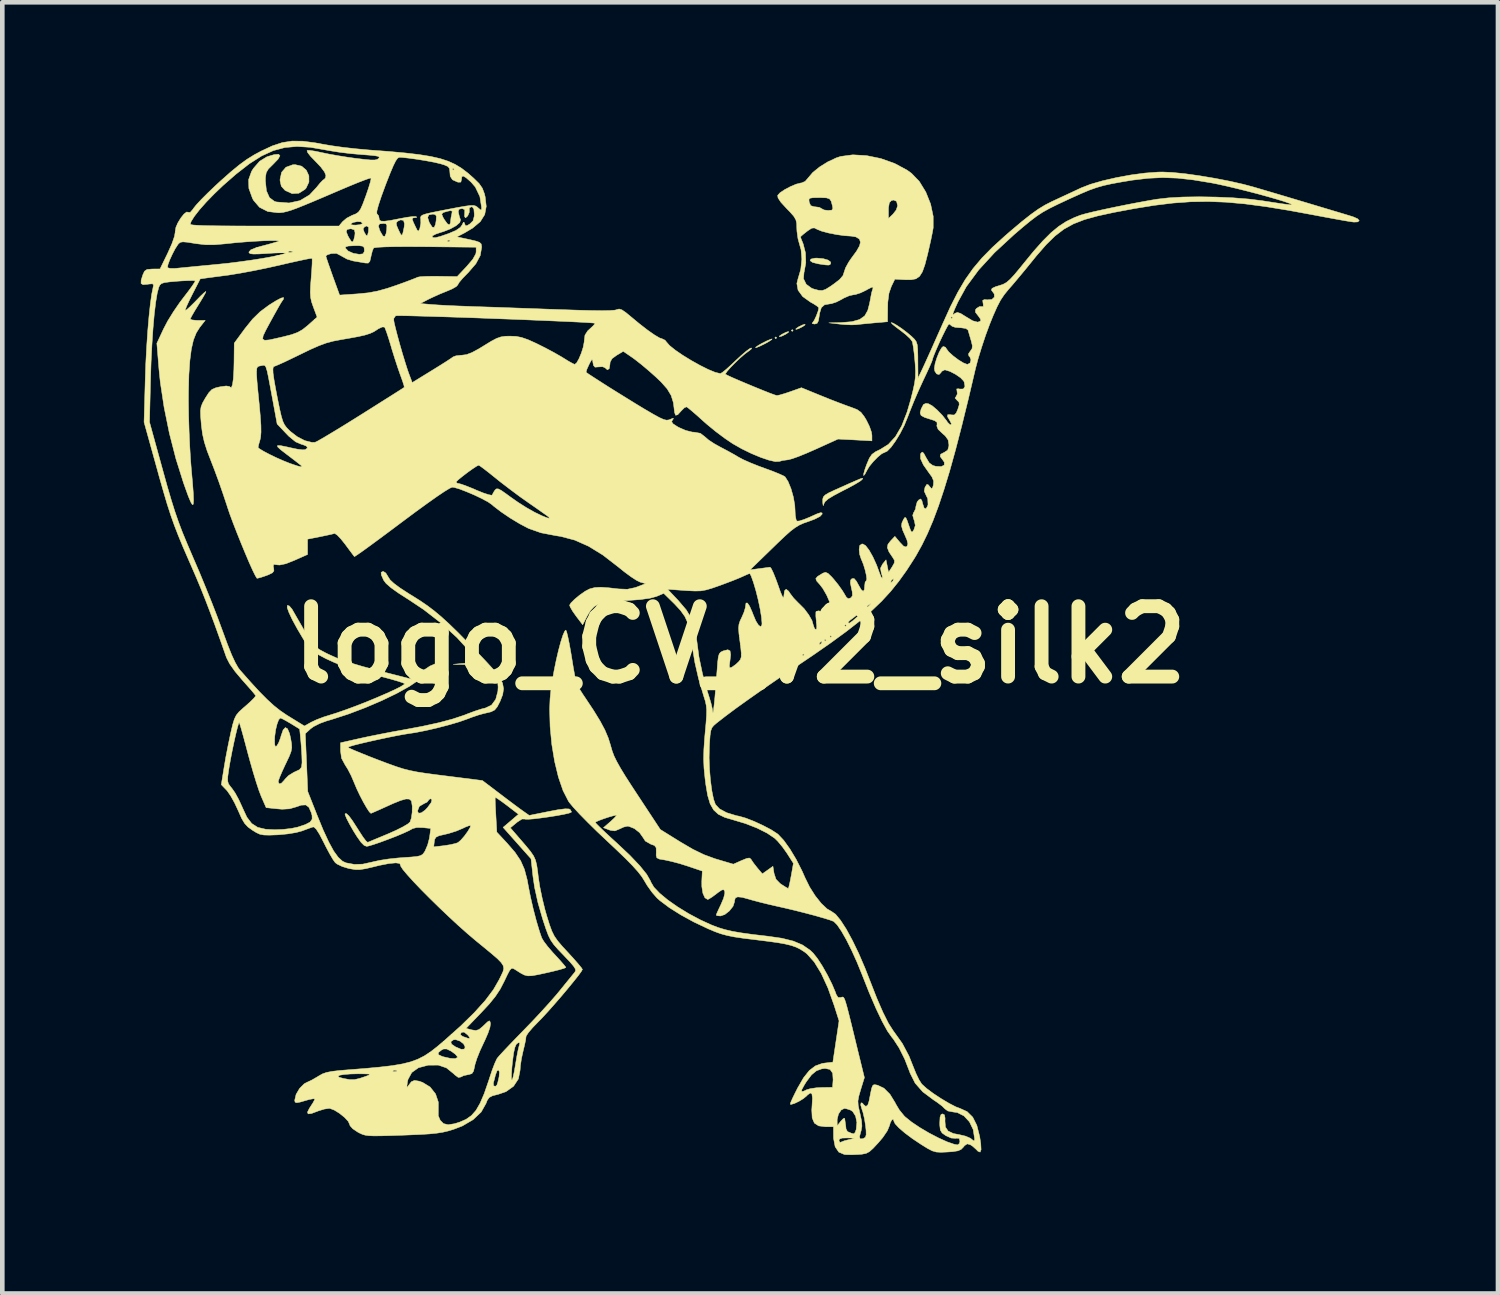
<source format=kicad_pcb>
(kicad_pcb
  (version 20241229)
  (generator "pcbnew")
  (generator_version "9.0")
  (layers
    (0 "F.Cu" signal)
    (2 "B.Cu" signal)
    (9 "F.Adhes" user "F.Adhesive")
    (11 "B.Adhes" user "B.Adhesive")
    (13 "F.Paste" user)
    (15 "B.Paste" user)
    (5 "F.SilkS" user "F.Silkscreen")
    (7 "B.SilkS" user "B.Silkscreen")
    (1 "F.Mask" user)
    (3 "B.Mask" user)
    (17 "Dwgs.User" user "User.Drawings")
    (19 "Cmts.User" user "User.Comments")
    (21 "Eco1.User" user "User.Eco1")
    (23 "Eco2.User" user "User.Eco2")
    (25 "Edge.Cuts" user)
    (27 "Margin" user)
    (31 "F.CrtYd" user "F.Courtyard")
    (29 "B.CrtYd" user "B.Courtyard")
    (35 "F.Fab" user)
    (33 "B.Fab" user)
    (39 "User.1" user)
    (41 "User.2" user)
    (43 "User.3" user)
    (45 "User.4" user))
  (footprint "logo_CV_v2_silk2"
    (layer "F.Cu")
    (at 12.977 10.914)
    (property "Reference" "logo_CV_v2_silk2" (at 0 0 0) (layer "F.SilkS") (effects (font (size 1.524 1.524) (thickness 0.3))))
    (attr through_hole)
    (fp_poly (pts (xy 0.794 -6.648) (xy 0.774 -6.628) (xy 0.754 -6.648) (xy 0.774 -6.668) (xy 0.794 -6.648)) (stroke (width 0.01) (type solid)) (fill yes) (layer "F.SilkS"))
    (fp_poly (pts (xy 1.151 -6.806) (xy 1.131 -6.787) (xy 1.111 -6.806) (xy 1.131 -6.826) (xy 1.151 -6.806)) (stroke (width 0.01) (type solid)) (fill yes) (layer "F.SilkS"))
    (fp_poly (pts (xy 1.051 -6.768) (xy 0.995 -6.729) (xy 0.992 -6.727) (xy 0.907 -6.685) (xy 0.853 -6.67) (xy 0.854 -6.686) (xy 0.91 -6.725) (xy 0.913 -6.727) (xy 0.998 -6.769) (xy 1.052 -6.784) (xy 1.051 -6.768)) (stroke (width 0.01) (type solid)) (fill yes) (layer "F.SilkS"))
    (fp_poly (pts (xy 1.408 -6.926) (xy 1.352 -6.887) (xy 1.349 -6.886) (xy 1.264 -6.844) (xy 1.21 -6.829) (xy 1.211 -6.845) (xy 1.267 -6.884) (xy 1.27 -6.886) (xy 1.355 -6.927) (xy 1.409 -6.942) (xy 1.408 -6.926)) (stroke (width 0.01) (type solid)) (fill yes) (layer "F.SilkS"))
    (fp_poly (pts (xy 0.686 -6.608) (xy 0.622 -6.566) (xy 0.556 -6.529) (xy 0.446 -6.474) (xy 0.363 -6.439) (xy 0.337 -6.433) (xy 0.346 -6.449) (xy 0.409 -6.491) (xy 0.476 -6.529) (xy 0.586 -6.584) (xy 0.669 -6.618) (xy 0.695 -6.624) (xy 0.686 -6.608)) (stroke (width 0.01) (type solid)) (fill yes) (layer "F.SilkS"))
    (fp_poly (pts (xy 1.801 -8.362) (xy 1.906 -8.332) (xy 1.963 -8.289) (xy 1.963 -8.253) (xy 1.946 -8.231) (xy 1.915 -8.223) (xy 1.85 -8.227) (xy 1.732 -8.244) (xy 1.69 -8.251) (xy 1.571 -8.281) (xy 1.518 -8.319) (xy 1.535 -8.353) (xy 1.623 -8.373) (xy 1.666 -8.374) (xy 1.801 -8.362)) (stroke (width 0.01) (type solid)) (fill yes) (layer "F.SilkS"))
    (fp_poly (pts (xy -9.494 -10.365) (xy -9.393 -10.278) (xy -9.337 -10.157) (xy -9.336 -10.022) (xy -9.396 -9.893) (xy -9.424 -9.861) (xy -9.555 -9.779) (xy -9.701 -9.771) (xy -9.846 -9.837) (xy -9.857 -9.845) (xy -9.935 -9.932) (xy -9.961 -10.047) (xy -9.962 -10.077) (xy -9.928 -10.233) (xy -9.834 -10.342) (xy -9.69 -10.395) (xy -9.634 -10.398) (xy -9.494 -10.365)) (stroke (width 0.01) (type solid)) (fill yes) (layer "F.SilkS"))
    (fp_poly (pts (xy 2.657 -3.605) (xy 2.651 -3.59) (xy 2.642 -3.576) (xy 2.596 -3.54) (xy 2.495 -3.479) (xy 2.355 -3.402) (xy 2.222 -3.334) (xy 2.036 -3.236) (xy 1.912 -3.161) (xy 1.842 -3.1) (xy 1.814 -3.048) (xy 1.814 -3.047) (xy 1.802 -3.011) (xy 1.794 -3.054) (xy 1.792 -3.096) (xy 1.792 -3.157) (xy 1.806 -3.203) (xy 1.845 -3.244) (xy 1.922 -3.29) (xy 2.05 -3.35) (xy 2.191 -3.413) (xy 2.386 -3.5) (xy 2.52 -3.558) (xy 2.602 -3.593) (xy 2.645 -3.607) (xy 2.657 -3.605)) (stroke (width 0.01) (type solid)) (fill yes) (layer "F.SilkS"))
    (fp_poly (pts (xy 2.74 -10.594) (xy 3.048 -10.531) (xy 3.347 -10.425) (xy 3.614 -10.282) (xy 3.713 -10.211) (xy 3.883 -10.035) (xy 4.024 -9.805) (xy 4.128 -9.545) (xy 4.184 -9.279) (xy 4.184 -9.031) (xy 4.184 -9.029) (xy 4.165 -8.923) (xy 4.133 -8.765) (xy 4.091 -8.579) (xy 4.062 -8.453) (xy 4.005 -8.232) (xy 3.95 -8.077) (xy 3.888 -7.979) (xy 3.809 -7.925) (xy 3.703 -7.905) (xy 3.575 -7.906) (xy 3.354 -7.918) (xy 3.277 -7.76) (xy 3.226 -7.613) (xy 3.201 -7.422) (xy 3.198 -7.299) (xy 3.195 -6.996) (xy 2.917 -6.972) (xy 2.757 -6.957) (xy 2.612 -6.943) (xy 2.52 -6.932) (xy 2.414 -6.928) (xy 2.268 -6.934) (xy 2.163 -6.944) (xy 1.925 -6.972) (xy 2.188 -6.978) (xy 2.421 -6.997) (xy 2.589 -7.044) (xy 2.7 -7.122) (xy 2.765 -7.237) (xy 2.769 -7.25) (xy 2.804 -7.384) (xy 2.829 -7.51) (xy 2.83 -7.521) (xy 2.852 -7.632) (xy 2.876 -7.709) (xy 2.883 -7.744) (xy 2.851 -7.742) (xy 2.767 -7.7) (xy 2.733 -7.68) (xy 2.61 -7.621) (xy 2.499 -7.585) (xy 2.461 -7.581) (xy 2.366 -7.56) (xy 2.247 -7.508) (xy 2.203 -7.482) (xy 2.085 -7.422) (xy 1.976 -7.386) (xy 1.945 -7.383) (xy 1.83 -7.363) (xy 1.761 -7.301) (xy 1.724 -7.18) (xy 1.717 -7.129) (xy 1.698 -7.015) (xy 1.669 -6.96) (xy 1.617 -6.946) (xy 1.612 -6.946) (xy 1.562 -6.957) (xy 1.571 -6.976) (xy 1.608 -7.027) (xy 1.652 -7.121) (xy 1.69 -7.223) (xy 1.707 -7.298) (xy 1.707 -7.299) (xy 1.675 -7.33) (xy 1.593 -7.384) (xy 1.524 -7.422) (xy 1.357 -7.542) (xy 1.257 -7.679) (xy 1.231 -7.825) (xy 1.255 -7.922) (xy 1.316 -8.13) (xy 1.339 -8.352) (xy 1.322 -8.556) (xy 1.295 -8.65) (xy 1.256 -8.791) (xy 1.25 -8.833) (xy 1.31 -8.833) (xy 1.323 -8.792) (xy 1.358 -8.706) (xy 1.369 -8.678) (xy 1.418 -8.487) (xy 1.425 -8.271) (xy 1.389 -8.073) (xy 1.386 -8.065) (xy 1.375 -7.928) (xy 1.434 -7.807) (xy 1.552 -7.721) (xy 1.602 -7.703) (xy 1.705 -7.676) (xy 1.78 -7.672) (xy 1.854 -7.697) (xy 1.952 -7.758) (xy 2.027 -7.81) (xy 2.158 -7.911) (xy 2.23 -7.996) (xy 2.255 -8.071) (xy 2.286 -8.164) (xy 2.353 -8.286) (xy 2.409 -8.368) (xy 2.524 -8.525) (xy 2.588 -8.638) (xy 2.608 -8.718) (xy 2.589 -8.779) (xy 2.581 -8.79) (xy 2.507 -8.834) (xy 2.409 -8.85) (xy 2.263 -8.86) (xy 2.09 -8.884) (xy 1.918 -8.918) (xy 1.771 -8.957) (xy 1.676 -8.995) (xy 1.674 -8.996) (xy 1.61 -9.028) (xy 1.553 -9.022) (xy 1.474 -8.971) (xy 1.446 -8.95) (xy 1.363 -8.884) (xy 1.315 -8.841) (xy 1.31 -8.833) (xy 1.25 -8.833) (xy 1.233 -8.957) (xy 1.23 -9.019) (xy 1.227 -9.126) (xy 1.209 -9.206) (xy 1.164 -9.281) (xy 1.081 -9.375) (xy 1.011 -9.447) (xy 0.886 -9.583) (xy 0.846 -9.643) (xy 1.492 -9.643) (xy 1.498 -9.589) (xy 1.498 -9.585) (xy 1.531 -9.51) (xy 1.608 -9.486) (xy 1.629 -9.485) (xy 1.719 -9.473) (xy 1.766 -9.446) (xy 1.82 -9.417) (xy 1.908 -9.406) (xy 1.989 -9.413) (xy 1.99 -9.415) (xy 3.215 -9.415) (xy 3.215 -9.233) (xy 3.314 -9.327) (xy 3.383 -9.416) (xy 3.413 -9.506) (xy 3.413 -9.51) (xy 3.391 -9.604) (xy 3.326 -9.632) (xy 3.278 -9.62) (xy 3.234 -9.573) (xy 3.216 -9.466) (xy 3.215 -9.415) (xy 1.99 -9.415) (xy 2.011 -9.451) (xy 1.999 -9.515) (xy 1.974 -9.607) (xy 1.939 -9.657) (xy 1.873 -9.679) (xy 1.755 -9.684) (xy 1.71 -9.684) (xy 1.581 -9.682) (xy 1.514 -9.671) (xy 1.492 -9.643) (xy 0.846 -9.643) (xy 0.823 -9.679) (xy 0.816 -9.734) (xy 0.866 -9.789) (xy 0.967 -9.857) (xy 1.092 -9.923) (xy 1.217 -9.976) (xy 1.316 -10.001) (xy 1.329 -10.001) (xy 1.411 -10.036) (xy 1.479 -10.115) (xy 1.575 -10.228) (xy 1.723 -10.348) (xy 1.901 -10.459) (xy 2.083 -10.544) (xy 2.179 -10.576) (xy 2.443 -10.611) (xy 2.74 -10.594)) (stroke (width 0.01) (type solid)) (fill yes) (layer "F.SilkS"))
    (fp_poly (pts (xy -9.468 -10.906) (xy -9.194 -10.87) (xy -9.044 -10.842) (xy -8.845 -10.808) (xy -8.597 -10.773) (xy -8.329 -10.743) (xy -8.071 -10.719) (xy -8.037 -10.716) (xy -7.607 -10.684) (xy -7.247 -10.651) (xy -6.948 -10.616) (xy -6.7 -10.576) (xy -6.493 -10.529) (xy -6.319 -10.472) (xy -6.168 -10.403) (xy -6.03 -10.319) (xy -5.896 -10.217) (xy -5.77 -10.106) (xy -5.652 -9.99) (xy -5.581 -9.889) (xy -5.536 -9.77) (xy -5.52 -9.704) (xy -5.496 -9.494) (xy -5.529 -9.317) (xy -5.625 -9.164) (xy -5.791 -9.024) (xy -5.968 -8.919) (xy -6.132 -8.834) (xy -5.864 -8.777) (xy -5.723 -8.744) (xy -5.643 -8.716) (xy -5.606 -8.681) (xy -5.596 -8.628) (xy -5.596 -8.605) (xy -5.626 -8.43) (xy -5.721 -8.252) (xy -5.886 -8.061) (xy -5.909 -8.038) (xy -6.009 -7.935) (xy -6.082 -7.848) (xy -6.112 -7.797) (xy -6.112 -7.795) (xy -6.146 -7.758) (xy -6.235 -7.707) (xy -6.34 -7.662) (xy -6.502 -7.596) (xy -6.666 -7.522) (xy -6.747 -7.483) (xy -6.925 -7.39) (xy -6.667 -7.368) (xy -6.537 -7.359) (xy -6.348 -7.348) (xy -6.121 -7.338) (xy -5.878 -7.329) (xy -5.755 -7.324) (xy -5.536 -7.317) (xy -5.256 -7.308) (xy -4.934 -7.296) (xy -4.588 -7.284) (xy -4.237 -7.271) (xy -3.923 -7.26) (xy -3.537 -7.247) (xy -3.227 -7.239) (xy -2.988 -7.236) (xy -2.817 -7.239) (xy -2.71 -7.247) (xy -2.669 -7.258) (xy -2.618 -7.272) (xy -2.557 -7.253) (xy -2.47 -7.193) (xy -2.377 -7.116) (xy -2.179 -6.952) (xy -2.001 -6.814) (xy -1.852 -6.71) (xy -1.742 -6.645) (xy -1.69 -6.628) (xy -1.624 -6.596) (xy -1.591 -6.555) (xy -1.524 -6.479) (xy -1.402 -6.381) (xy -1.24 -6.27) (xy -1.056 -6.157) (xy -0.866 -6.051) (xy -0.688 -5.962) (xy -0.537 -5.9) (xy -0.43 -5.874) (xy -0.423 -5.874) (xy -0.379 -5.9) (xy -0.293 -5.97) (xy -0.18 -6.073) (xy -0.097 -6.152) (xy 0.03 -6.269) (xy 0.139 -6.362) (xy 0.217 -6.418) (xy 0.244 -6.429) (xy 0.251 -6.412) (xy 0.2 -6.368) (xy 0.179 -6.354) (xy 0.1 -6.295) (xy -0.00045 -6.208) (xy -0.107 -6.106) (xy -0.205 -6.006) (xy -0.279 -5.922) (xy -0.315 -5.869) (xy -0.315 -5.859) (xy -0.267 -5.833) (xy -0.163 -5.785) (xy -0.017 -5.722) (xy 0.153 -5.65) (xy 0.331 -5.576) (xy 0.501 -5.507) (xy 0.647 -5.449) (xy 0.751 -5.411) (xy 0.798 -5.397) (xy 0.863 -5.41) (xy 0.975 -5.443) (xy 1.091 -5.482) (xy 1.33 -5.567) (xy 1.766 -5.389) (xy 1.962 -5.31) (xy 2.154 -5.236) (xy 2.317 -5.175) (xy 2.41 -5.142) (xy 2.535 -5.094) (xy 2.619 -5.034) (xy 2.692 -4.939) (xy 2.737 -4.864) (xy 2.803 -4.73) (xy 2.847 -4.603) (xy 2.857 -4.535) (xy 2.857 -4.416) (xy 2.49 -4.436) (xy 2.123 -4.455) (xy 1.631 -4.232) (xy 1.441 -4.149) (xy 1.269 -4.079) (xy 1.132 -4.03) (xy 1.046 -4.007) (xy 1.036 -4.006) (xy 0.923 -3.991) (xy 0.853 -3.971) (xy 0.764 -3.967) (xy 0.623 -3.999) (xy 0.444 -4.06) (xy 0.243 -4.144) (xy 0.036 -4.245) (xy -0.159 -4.356) (xy -0.329 -4.471) (xy -0.524 -4.617) (xy -0.713 -4.772) (xy -0.795 -4.844) (xy -0.929 -4.965) (xy -1.044 -5.064) (xy -1.125 -5.131) (xy -1.157 -5.153) (xy -1.203 -5.135) (xy -1.268 -5.071) (xy -1.274 -5.064) (xy -1.349 -4.982) (xy -1.395 -4.97) (xy -1.416 -5.027) (xy -1.419 -5.049) (xy -1.443 -5.243) (xy -1.492 -5.4) (xy -1.578 -5.543) (xy -1.711 -5.693) (xy -1.819 -5.796) (xy -1.973 -5.933) (xy -2.132 -6.067) (xy -2.271 -6.176) (xy -2.324 -6.215) (xy -2.528 -6.355) (xy -2.673 -6.269) (xy -2.772 -6.197) (xy -2.813 -6.121) (xy -2.818 -6.068) (xy -2.833 -5.98) (xy -2.872 -5.954) (xy -2.92 -5.997) (xy -2.975 -6.022) (xy -3.058 -6.018) (xy -3.14 -6.012) (xy -3.174 -6.051) (xy -3.184 -6.103) (xy -3.194 -6.168) (xy -3.21 -6.175) (xy -3.244 -6.12) (xy -3.273 -6.063) (xy -3.316 -5.968) (xy -3.333 -5.908) (xy -3.331 -5.9) (xy -3.278 -5.862) (xy -3.171 -5.792) (xy -3.022 -5.696) (xy -2.845 -5.583) (xy -2.651 -5.462) (xy -2.454 -5.34) (xy -2.268 -5.225) (xy -2.105 -5.126) (xy -2.063 -5.101) (xy -1.877 -4.992) (xy -1.745 -4.92) (xy -1.654 -4.879) (xy -1.591 -4.864) (xy -1.542 -4.87) (xy -1.515 -4.88) (xy -1.449 -4.907) (xy -1.443 -4.894) (xy -1.463 -4.868) (xy -1.48 -4.828) (xy -1.45 -4.785) (xy -1.361 -4.727) (xy -1.326 -4.707) (xy -1.177 -4.642) (xy -1.034 -4.606) (xy -0.994 -4.604) (xy -0.859 -4.58) (xy -0.763 -4.506) (xy -0.683 -4.437) (xy -0.559 -4.355) (xy -0.429 -4.283) (xy -0.276 -4.202) (xy -0.126 -4.119) (xy -0.03 -4.062) (xy 0.072 -4.008) (xy 0.226 -3.94) (xy 0.407 -3.868) (xy 0.527 -3.824) (xy 0.697 -3.762) (xy 0.841 -3.704) (xy 0.94 -3.659) (xy 0.976 -3.637) (xy 1.042 -3.533) (xy 1.105 -3.378) (xy 1.156 -3.197) (xy 1.186 -3.02) (xy 1.191 -2.934) (xy 1.197 -2.805) (xy 1.214 -2.711) (xy 1.232 -2.678) (xy 1.285 -2.681) (xy 1.388 -2.714) (xy 1.52 -2.768) (xy 1.532 -2.774) (xy 1.667 -2.835) (xy 1.745 -2.861) (xy 1.777 -2.855) (xy 1.779 -2.83) (xy 1.732 -2.779) (xy 1.614 -2.719) (xy 1.482 -2.67) (xy 1.373 -2.632) (xy 1.282 -2.591) (xy 1.194 -2.537) (xy 1.096 -2.463) (xy 0.976 -2.356) (xy 0.821 -2.209) (xy 0.708 -2.099) (xy 0.218 -1.623) (xy 0.417 -1.649) (xy 0.538 -1.665) (xy 0.627 -1.677) (xy 0.651 -1.68) (xy 0.678 -1.648) (xy 0.722 -1.556) (xy 0.777 -1.419) (xy 0.817 -1.31) (xy 0.876 -1.143) (xy 0.917 -1.048) (xy 0.94 -1.017) (xy 0.949 -1.047) (xy 0.95 -1.059) (xy 0.964 -1.169) (xy 0.999 -1.203) (xy 1.053 -1.16) (xy 1.084 -1.112) (xy 1.161 -1.011) (xy 1.262 -0.907) (xy 1.28 -0.89) (xy 1.39 -0.78) (xy 1.488 -0.649) (xy 1.559 -0.524) (xy 1.586 -0.429) (xy 1.612 -0.355) (xy 1.633 -0.334) (xy 1.658 -0.339) (xy 1.663 -0.405) (xy 1.661 -0.417) (xy 2.262 -0.417) (xy 2.282 -0.397) (xy 2.302 -0.417) (xy 2.282 -0.437) (xy 2.262 -0.417) (xy 1.661 -0.417) (xy 1.655 -0.475) (xy 2.342 -0.475) (xy 2.364 -0.466) (xy 2.433 -0.512) (xy 2.551 -0.614) (xy 2.716 -0.771) (xy 2.802 -0.856) (xy 2.831 -0.892) (xy 2.808 -0.88) (xy 2.735 -0.822) (xy 2.617 -0.72) (xy 2.588 -0.695) (xy 2.493 -0.614) (xy 2.416 -0.555) (xy 2.398 -0.544) (xy 2.348 -0.496) (xy 2.342 -0.475) (xy 1.655 -0.475) (xy 1.653 -0.503) (xy 1.642 -0.621) (xy 1.643 -0.702) (xy 1.649 -0.723) (xy 1.707 -0.735) (xy 1.779 -0.71) (xy 1.824 -0.664) (xy 1.826 -0.653) (xy 1.851 -0.587) (xy 1.916 -0.583) (xy 1.966 -0.611) (xy 2.002 -0.643) (xy 2.015 -0.683) (xy 2.003 -0.751) (xy 1.964 -0.866) (xy 1.945 -0.917) (xy 1.878 -1.072) (xy 1.795 -1.217) (xy 1.731 -1.301) (xy 1.661 -1.38) (xy 1.641 -1.432) (xy 1.678 -1.478) (xy 1.776 -1.539) (xy 1.801 -1.553) (xy 1.852 -1.569) (xy 1.906 -1.546) (xy 1.982 -1.473) (xy 2.027 -1.423) (xy 2.126 -1.301) (xy 2.213 -1.179) (xy 2.249 -1.121) (xy 2.303 -1.03) (xy 2.343 -0.998) (xy 2.389 -1.011) (xy 2.409 -1.024) (xy 2.435 -1.065) (xy 2.43 -1.149) (xy 2.413 -1.225) (xy 2.39 -1.339) (xy 2.396 -1.402) (xy 2.425 -1.432) (xy 2.471 -1.434) (xy 2.522 -1.375) (xy 2.558 -1.309) (xy 2.623 -1.195) (xy 2.668 -1.157) (xy 2.693 -1.195) (xy 2.699 -1.27) (xy 2.709 -1.352) (xy 3.264 -1.352) (xy 3.27 -1.349) (xy 3.306 -1.377) (xy 3.314 -1.389) (xy 3.324 -1.426) (xy 3.319 -1.429) (xy 3.282 -1.401) (xy 3.274 -1.389) (xy 3.264 -1.352) (xy 2.709 -1.352) (xy 2.709 -1.354) (xy 2.734 -1.389) (xy 2.735 -1.389) (xy 2.746 -1.423) (xy 2.735 -1.508) (xy 2.709 -1.621) (xy 2.673 -1.74) (xy 2.632 -1.841) (xy 2.625 -1.855) (xy 2.591 -1.958) (xy 2.58 -2.061) (xy 2.592 -2.149) (xy 2.636 -2.181) (xy 2.659 -2.183) (xy 2.72 -2.147) (xy 2.795 -2.05) (xy 2.877 -1.905) (xy 2.958 -1.727) (xy 3.018 -1.563) (xy 3.051 -1.477) (xy 3.077 -1.44) (xy 3.081 -1.44) (xy 3.081 -1.486) (xy 3.059 -1.56) (xy 3.042 -1.657) (xy 3.086 -1.744) (xy 3.091 -1.751) (xy 3.162 -1.839) (xy 3.217 -1.568) (xy 3.294 -1.686) (xy 3.342 -1.772) (xy 3.345 -1.829) (xy 3.312 -1.884) (xy 3.226 -2.012) (xy 3.191 -2.103) (xy 3.204 -2.176) (xy 3.258 -2.246) (xy 3.354 -2.348) (xy 3.463 -2.218) (xy 3.54 -2.137) (xy 3.593 -2.118) (xy 3.617 -2.133) (xy 3.636 -2.183) (xy 3.616 -2.269) (xy 3.577 -2.359) (xy 3.521 -2.487) (xy 3.498 -2.572) (xy 3.506 -2.639) (xy 3.539 -2.711) (xy 3.567 -2.755) (xy 3.591 -2.752) (xy 3.62 -2.69) (xy 3.651 -2.6) (xy 3.691 -2.487) (xy 3.717 -2.44) (xy 3.74 -2.449) (xy 3.767 -2.494) (xy 3.796 -2.584) (xy 3.777 -2.682) (xy 3.768 -2.705) (xy 3.74 -2.802) (xy 3.759 -2.862) (xy 3.765 -2.868) (xy 3.802 -2.942) (xy 3.81 -2.999) (xy 3.836 -3.092) (xy 3.87 -3.135) (xy 3.913 -3.158) (xy 3.939 -3.122) (xy 3.954 -3.061) (xy 3.986 -2.964) (xy 4.024 -2.943) (xy 4.06 -2.998) (xy 4.072 -3.036) (xy 4.066 -3.164) (xy 4.031 -3.235) (xy 3.99 -3.326) (xy 4.005 -3.405) (xy 4.01 -3.417) (xy 4.047 -3.474) (xy 4.08 -3.462) (xy 4.108 -3.426) (xy 4.147 -3.381) (xy 4.17 -3.4) (xy 4.188 -3.462) (xy 4.193 -3.548) (xy 4.156 -3.637) (xy 4.094 -3.722) (xy 3.971 -3.897) (xy 3.91 -4.03) (xy 3.91 -4.128) (xy 3.917 -4.145) (xy 3.946 -4.174) (xy 3.978 -4.149) (xy 4.026 -4.06) (xy 4.031 -4.05) (xy 4.098 -3.939) (xy 4.176 -3.883) (xy 4.24 -3.865) (xy 4.358 -3.859) (xy 4.423 -3.891) (xy 4.425 -3.953) (xy 4.392 -4.001) (xy 4.335 -4.078) (xy 4.345 -4.126) (xy 4.424 -4.167) (xy 4.425 -4.167) (xy 4.498 -4.215) (xy 4.523 -4.299) (xy 4.524 -4.335) (xy 4.507 -4.437) (xy 4.444 -4.525) (xy 4.384 -4.577) (xy 4.291 -4.666) (xy 4.262 -4.739) (xy 4.267 -4.763) (xy 4.267 -4.817) (xy 4.216 -4.854) (xy 4.139 -4.879) (xy 3.998 -4.924) (xy 3.922 -4.966) (xy 3.901 -5.021) (xy 3.921 -5.101) (xy 3.929 -5.119) (xy 3.973 -5.203) (xy 4.026 -5.228) (xy 4.083 -5.219) (xy 4.164 -5.174) (xy 4.269 -5.085) (xy 4.379 -4.972) (xy 4.472 -4.854) (xy 4.497 -4.816) (xy 4.547 -4.768) (xy 4.568 -4.763) (xy 4.578 -4.789) (xy 4.546 -4.851) (xy 4.493 -4.942) (xy 4.499 -4.984) (xy 4.565 -4.982) (xy 4.575 -4.979) (xy 4.64 -4.976) (xy 4.683 -5.02) (xy 4.718 -5.101) (xy 4.748 -5.199) (xy 4.742 -5.254) (xy 4.701 -5.295) (xy 4.657 -5.343) (xy 4.679 -5.375) (xy 4.707 -5.432) (xy 4.701 -5.484) (xy 4.693 -5.541) (xy 4.736 -5.544) (xy 4.759 -5.538) (xy 4.837 -5.54) (xy 4.872 -5.596) (xy 4.855 -5.689) (xy 4.844 -5.712) (xy 4.778 -5.782) (xy 4.669 -5.857) (xy 4.548 -5.92) (xy 4.446 -5.952) (xy 4.431 -5.953) (xy 4.368 -5.921) (xy 4.352 -5.894) (xy 4.31 -5.852) (xy 4.258 -5.867) (xy 4.218 -5.927) (xy 4.209 -5.987) (xy 4.225 -6.09) (xy 4.264 -6.215) (xy 4.313 -6.336) (xy 4.364 -6.427) (xy 4.4 -6.461) (xy 4.45 -6.443) (xy 4.47 -6.411) (xy 4.52 -6.343) (xy 4.615 -6.257) (xy 4.729 -6.171) (xy 4.839 -6.104) (xy 4.92 -6.073) (xy 4.927 -6.072) (xy 4.983 -6.103) (xy 5.002 -6.17) (xy 4.977 -6.237) (xy 4.958 -6.252) (xy 4.947 -6.298) (xy 4.984 -6.354) (xy 5.025 -6.412) (xy 5.032 -6.477) (xy 5.007 -6.582) (xy 5.002 -6.598) (xy 4.968 -6.713) (xy 4.943 -6.799) (xy 4.938 -6.816) (xy 4.891 -6.85) (xy 4.79 -6.865) (xy 4.766 -6.866) (xy 4.66 -6.875) (xy 4.592 -6.898) (xy 4.584 -6.906) (xy 4.537 -6.944) (xy 4.526 -6.945) (xy 4.5 -6.912) (xy 4.452 -6.823) (xy 4.39 -6.699) (xy 4.322 -6.556) (xy 4.258 -6.413) (xy 4.206 -6.288) (xy 4.173 -6.2) (xy 4.167 -6.173) (xy 4.151 -6.127) (xy 4.107 -6.026) (xy 4.042 -5.884) (xy 3.965 -5.721) (xy 3.866 -5.505) (xy 3.764 -5.268) (xy 3.674 -5.044) (xy 3.631 -4.931) (xy 3.557 -4.751) (xy 3.466 -4.573) (xy 3.367 -4.411) (xy 3.272 -4.279) (xy 3.188 -4.193) (xy 3.133 -4.167) (xy 3.07 -4.138) (xy 2.981 -4.064) (xy 2.884 -3.965) (xy 2.799 -3.861) (xy 2.753 -3.784) (xy 2.703 -3.69) (xy 2.678 -3.664) (xy 2.678 -3.701) (xy 2.704 -3.794) (xy 2.745 -3.909) (xy 2.801 -4.041) (xy 2.857 -4.123) (xy 2.938 -4.182) (xy 3.034 -4.228) (xy 3.212 -4.339) (xy 3.367 -4.508) (xy 3.501 -4.739) (xy 3.618 -5.039) (xy 3.694 -5.298) (xy 3.747 -5.508) (xy 3.781 -5.666) (xy 3.798 -5.798) (xy 3.801 -5.928) (xy 3.793 -6.081) (xy 3.789 -6.129) (xy 3.773 -6.299) (xy 3.754 -6.445) (xy 3.736 -6.546) (xy 3.73 -6.568) (xy 3.683 -6.631) (xy 3.59 -6.718) (xy 3.479 -6.805) (xy 3.371 -6.886) (xy 3.297 -6.947) (xy 3.272 -6.977) (xy 3.273 -6.977) (xy 3.313 -6.967) (xy 3.397 -6.919) (xy 3.504 -6.847) (xy 3.616 -6.762) (xy 3.716 -6.678) (xy 3.721 -6.673) (xy 3.78 -6.616) (xy 3.817 -6.563) (xy 3.839 -6.495) (xy 3.848 -6.394) (xy 3.852 -6.241) (xy 3.852 -6.164) (xy 3.855 -5.775) (xy 3.95 -5.973) (xy 3.995 -6.07) (xy 4.065 -6.225) (xy 4.155 -6.424) (xy 4.256 -6.652) (xy 4.364 -6.894) (xy 4.385 -6.942) (xy 4.45 -7.084) (xy 4.564 -7.084) (xy 4.584 -7.064) (xy 4.604 -7.084) (xy 4.584 -7.104) (xy 4.564 -7.084) (xy 4.45 -7.084) (xy 4.481 -7.153) (xy 4.61 -7.153) (xy 4.63 -7.157) (xy 4.659 -7.18) (xy 4.708 -7.198) (xy 4.779 -7.175) (xy 4.888 -7.107) (xy 5.04 -7.016) (xy 5.149 -6.987) (xy 5.213 -7.012) (xy 5.207 -7.056) (xy 5.158 -7.125) (xy 5.154 -7.13) (xy 5.099 -7.201) (xy 5.099 -7.253) (xy 5.12 -7.283) (xy 5.187 -7.325) (xy 5.23 -7.324) (xy 5.269 -7.325) (xy 5.267 -7.383) (xy 5.264 -7.394) (xy 5.256 -7.458) (xy 5.292 -7.476) (xy 5.358 -7.47) (xy 5.455 -7.479) (xy 5.509 -7.529) (xy 5.506 -7.598) (xy 5.482 -7.631) (xy 5.444 -7.682) (xy 5.459 -7.719) (xy 5.536 -7.755) (xy 5.619 -7.78) (xy 5.7 -7.807) (xy 5.773 -7.848) (xy 5.849 -7.914) (xy 5.943 -8.015) (xy 6.067 -8.164) (xy 6.121 -8.231) (xy 6.354 -8.516) (xy 6.555 -8.743) (xy 6.734 -8.922) (xy 6.901 -9.06) (xy 7.067 -9.168) (xy 7.242 -9.253) (xy 7.376 -9.305) (xy 7.481 -9.335) (xy 7.647 -9.376) (xy 7.861 -9.424) (xy 8.106 -9.476) (xy 8.367 -9.529) (xy 8.628 -9.579) (xy 8.874 -9.624) (xy 9.029 -9.65) (xy 9.282 -9.679) (xy 9.594 -9.697) (xy 9.944 -9.702) (xy 10.312 -9.696) (xy 10.678 -9.68) (xy 11.021 -9.653) (xy 11.322 -9.615) (xy 11.346 -9.611) (xy 11.547 -9.58) (xy 11.723 -9.553) (xy 11.858 -9.535) (xy 11.934 -9.527) (xy 11.942 -9.527) (xy 11.951 -9.537) (xy 11.894 -9.563) (xy 11.782 -9.602) (xy 11.624 -9.65) (xy 11.433 -9.705) (xy 11.219 -9.764) (xy 10.992 -9.823) (xy 10.764 -9.88) (xy 10.546 -9.932) (xy 10.347 -9.976) (xy 10.216 -10.002) (xy 9.822 -10.067) (xy 9.477 -10.106) (xy 9.157 -10.118) (xy 8.838 -10.103) (xy 8.495 -10.062) (xy 8.266 -10.024) (xy 8.052 -9.985) (xy 7.879 -9.947) (xy 7.724 -9.903) (xy 7.566 -9.847) (xy 7.384 -9.77) (xy 7.157 -9.668) (xy 7.103 -9.643) (xy 6.879 -9.538) (xy 6.703 -9.451) (xy 6.559 -9.371) (xy 6.426 -9.284) (xy 6.289 -9.18) (xy 6.127 -9.047) (xy 5.934 -8.882) (xy 5.512 -8.492) (xy 5.168 -8.117) (xy 4.901 -7.755) (xy 4.72 -7.426) (xy 4.652 -7.277) (xy 4.617 -7.19) (xy 4.61 -7.153) (xy 4.481 -7.153) (xy 4.556 -7.319) (xy 4.717 -7.635) (xy 4.876 -7.906) (xy 5.047 -8.148) (xy 5.24 -8.377) (xy 5.466 -8.607) (xy 5.738 -8.854) (xy 5.866 -8.965) (xy 6.101 -9.163) (xy 6.293 -9.315) (xy 6.456 -9.432) (xy 6.603 -9.522) (xy 6.748 -9.596) (xy 6.759 -9.601) (xy 6.956 -9.693) (xy 7.172 -9.793) (xy 7.364 -9.883) (xy 7.382 -9.892) (xy 7.587 -9.972) (xy 7.851 -10.048) (xy 8.15 -10.117) (xy 8.465 -10.175) (xy 8.772 -10.216) (xy 9.052 -10.237) (xy 9.148 -10.239) (xy 9.368 -10.229) (xy 9.644 -10.201) (xy 9.957 -10.157) (xy 10.285 -10.102) (xy 10.609 -10.039) (xy 10.908 -9.971) (xy 11.113 -9.916) (xy 11.28 -9.867) (xy 11.497 -9.803) (xy 11.75 -9.728) (xy 12.024 -9.646) (xy 12.305 -9.562) (xy 12.578 -9.48) (xy 12.828 -9.405) (xy 13.042 -9.341) (xy 13.203 -9.292) (xy 13.275 -9.27) (xy 13.376 -9.226) (xy 13.411 -9.185) (xy 13.377 -9.158) (xy 13.295 -9.154) (xy 13.226 -9.163) (xy 13.093 -9.185) (xy 12.91 -9.218) (xy 12.692 -9.258) (xy 12.451 -9.303) (xy 12.442 -9.305) (xy 11.883 -9.408) (xy 11.386 -9.489) (xy 10.939 -9.548) (xy 10.528 -9.585) (xy 10.139 -9.6) (xy 9.76 -9.594) (xy 9.376 -9.566) (xy 8.975 -9.517) (xy 8.542 -9.447) (xy 8.099 -9.364) (xy 7.749 -9.288) (xy 7.463 -9.209) (xy 7.223 -9.116) (xy 7.015 -9.001) (xy 6.823 -8.854) (xy 6.63 -8.665) (xy 6.421 -8.425) (xy 6.322 -8.303) (xy 6.18 -8.128) (xy 6.032 -7.95) (xy 5.899 -7.792) (xy 5.814 -7.695) (xy 5.723 -7.583) (xy 5.643 -7.464) (xy 5.567 -7.318) (xy 5.483 -7.129) (xy 5.407 -6.941) (xy 5.318 -6.7) (xy 5.231 -6.438) (xy 5.154 -6.186) (xy 5.098 -5.974) (xy 5.098 -5.973) (xy 4.944 -5.318) (xy 4.801 -4.735) (xy 4.667 -4.218) (xy 4.54 -3.761) (xy 4.417 -3.358) (xy 4.298 -3.002) (xy 4.18 -2.687) (xy 4.061 -2.408) (xy 3.939 -2.158) (xy 3.812 -1.93) (xy 3.773 -1.866) (xy 3.607 -1.609) (xy 3.439 -1.375) (xy 3.262 -1.155) (xy 3.067 -0.943) (xy 2.847 -0.733) (xy 2.596 -0.517) (xy 2.304 -0.289) (xy 1.965 -0.041) (xy 1.571 0.233) (xy 1.166 0.506) (xy 0.829 0.733) (xy 0.501 0.959) (xy 0.192 1.176) (xy -0.086 1.375) (xy -0.32 1.55) (xy -0.5 1.69) (xy -0.51 1.698) (xy -0.569 1.749) (xy -0.609 1.798) (xy -0.633 1.864) (xy -0.648 1.963) (xy -0.659 2.115) (xy -0.664 2.212) (xy -0.669 2.449) (xy -0.66 2.7) (xy -0.639 2.946) (xy -0.609 3.168) (xy -0.572 3.348) (xy -0.533 3.458) (xy -0.444 3.554) (xy -0.289 3.637) (xy -0.081 3.701) (xy -0.02 3.713) (xy 0.123 3.754) (xy 0.303 3.824) (xy 0.494 3.912) (xy 0.67 4.004) (xy 0.802 4.089) (xy 0.825 4.106) (xy 0.946 4.235) (xy 1.081 4.423) (xy 1.218 4.651) (xy 1.346 4.904) (xy 1.407 5.042) (xy 1.508 5.247) (xy 1.63 5.439) (xy 1.76 5.602) (xy 1.885 5.72) (xy 1.979 5.774) (xy 2.069 5.836) (xy 2.177 5.967) (xy 2.3 6.157) (xy 2.432 6.399) (xy 2.57 6.684) (xy 2.708 7.005) (xy 2.809 7.263) (xy 2.961 7.651) (xy 3.096 7.962) (xy 3.215 8.199) (xy 3.319 8.361) (xy 3.329 8.374) (xy 3.516 8.636) (xy 3.66 8.908) (xy 3.748 9.129) (xy 3.811 9.285) (xy 3.877 9.421) (xy 3.935 9.513) (xy 3.942 9.52) (xy 4.043 9.611) (xy 4.189 9.72) (xy 4.358 9.831) (xy 4.528 9.932) (xy 4.675 10.008) (xy 4.761 10.04) (xy 4.918 10.111) (xy 5.04 10.231) (xy 5.129 10.409) (xy 5.191 10.652) (xy 5.214 10.805) (xy 5.221 10.934) (xy 5.201 10.988) (xy 5.153 10.969) (xy 5.118 10.932) (xy 5.039 10.861) (xy 4.988 10.828) (xy 4.921 10.809) (xy 4.863 10.848) (xy 4.839 10.878) (xy 4.789 10.929) (xy 4.719 10.96) (xy 4.607 10.978) (xy 4.489 10.986) (xy 4.35 10.992) (xy 4.25 10.986) (xy 4.161 10.96) (xy 4.058 10.906) (xy 3.92 10.82) (xy 3.733 10.695) (xy 3.57 10.573) (xy 3.441 10.462) (xy 3.359 10.374) (xy 3.334 10.323) (xy 3.32 10.276) (xy 3.29 10.288) (xy 3.256 10.348) (xy 3.238 10.412) (xy 3.191 10.526) (xy 3.091 10.673) (xy 2.996 10.785) (xy 2.884 10.905) (xy 2.803 10.978) (xy 2.73 11.016) (xy 2.643 11.033) (xy 2.57 11.039) (xy 2.429 11.045) (xy 2.306 11.043) (xy 2.262 11.04) (xy 2.139 10.988) (xy 2.06 10.871) (xy 2.035 10.738) (xy 2.143 10.738) (xy 2.164 10.778) (xy 2.191 10.77) (xy 2.261 10.742) (xy 2.368 10.715) (xy 2.38 10.713) (xy 2.459 10.696) (xy 2.473 10.687) (xy 2.416 10.683) (xy 2.332 10.681) (xy 2.213 10.684) (xy 2.155 10.704) (xy 2.143 10.738) (xy 2.035 10.738) (xy 2.026 10.692) (xy 2.025 10.646) (xy 2.024 10.438) (xy 1.846 10.438) (xy 1.704 10.42) (xy 1.611 10.36) (xy 1.582 10.292) (xy 2.104 10.292) (xy 2.105 10.418) (xy 2.183 10.319) (xy 2.237 10.262) (xy 2.266 10.256) (xy 2.267 10.259) (xy 2.291 10.43) (xy 2.296 10.485) (xy 2.327 10.543) (xy 2.416 10.581) (xy 2.466 10.592) (xy 2.493 10.562) (xy 2.517 10.495) (xy 2.531 10.345) (xy 2.503 10.208) (xy 2.44 10.108) (xy 2.394 10.078) (xy 2.308 10.05) (xy 2.262 10.041) (xy 2.191 10.076) (xy 2.133 10.163) (xy 2.105 10.274) (xy 2.104 10.292) (xy 1.582 10.292) (xy 1.563 10.248) (xy 1.554 10.076) (xy 1.56 9.981) (xy 1.569 9.818) (xy 1.557 9.727) (xy 1.521 9.707) (xy 1.46 9.752) (xy 1.444 9.77) (xy 1.374 9.828) (xy 1.278 9.887) (xy 1.18 9.934) (xy 1.108 9.955) (xy 1.088 9.951) (xy 1.098 9.912) (xy 1.139 9.819) (xy 1.203 9.688) (xy 1.209 9.677) (xy 1.333 9.677) (xy 1.38 9.668) (xy 1.439 9.639) (xy 1.523 9.614) (xy 1.654 9.595) (xy 1.763 9.589) (xy 2.004 9.585) (xy 2.016 9.422) (xy 2.007 9.279) (xy 1.95 9.198) (xy 1.841 9.175) (xy 1.773 9.184) (xy 1.656 9.226) (xy 1.549 9.314) (xy 1.439 9.46) (xy 1.392 9.535) (xy 1.338 9.635) (xy 1.333 9.677) (xy 1.209 9.677) (xy 1.246 9.603) (xy 1.376 9.378) (xy 1.501 9.221) (xy 1.632 9.121) (xy 1.779 9.068) (xy 1.839 9.059) (xy 2.011 9.04) (xy 2.078 8.592) (xy 2.145 8.145) (xy 2.04 7.814) (xy 1.905 7.435) (xy 1.76 7.119) (xy 1.608 6.871) (xy 1.451 6.695) (xy 1.396 6.652) (xy 1.307 6.595) (xy 1.217 6.55) (xy 1.112 6.513) (xy 0.979 6.481) (xy 0.806 6.45) (xy 0.577 6.419) (xy 0.321 6.387) (xy 0.067 6.356) (xy -0.127 6.327) (xy -0.281 6.296) (xy -0.414 6.26) (xy -0.544 6.213) (xy -0.691 6.151) (xy -0.697 6.148) (xy -0.997 6.006) (xy -1.282 5.85) (xy -1.533 5.692) (xy -1.733 5.542) (xy -1.798 5.484) (xy -1.903 5.364) (xy -2.011 5.213) (xy -2.069 5.115) (xy -2.127 5.022) (xy -2.21 4.915) (xy -2.327 4.785) (xy -2.483 4.626) (xy -2.688 4.429) (xy -2.886 4.243) (xy -3.103 4.038) (xy -3.296 3.848) (xy -3.135 3.848) (xy -3.107 3.881) (xy -3.03 3.958) (xy -2.914 4.068) (xy -2.769 4.203) (xy -2.676 4.287) (xy -2.39 4.556) (xy -2.172 4.785) (xy -2.021 4.972) (xy -1.938 5.118) (xy -1.93 5.141) (xy -1.866 5.25) (xy -1.74 5.382) (xy -1.565 5.527) (xy -1.351 5.677) (xy -1.111 5.824) (xy -0.856 5.96) (xy -0.624 6.066) (xy -0.48 6.122) (xy -0.333 6.167) (xy -0.169 6.206) (xy 0.029 6.24) (xy 0.274 6.274) (xy 0.582 6.31) (xy 0.592 6.311) (xy 0.906 6.356) (xy 1.155 6.418) (xy 1.354 6.502) (xy 1.516 6.614) (xy 1.584 6.678) (xy 1.676 6.794) (xy 1.784 6.96) (xy 1.893 7.153) (xy 1.991 7.348) (xy 2.065 7.522) (xy 2.082 7.572) (xy 2.123 7.638) (xy 2.184 7.639) (xy 2.208 7.631) (xy 2.227 7.629) (xy 2.245 7.641) (xy 2.265 7.676) (xy 2.288 7.742) (xy 2.318 7.847) (xy 2.358 8.001) (xy 2.41 8.21) (xy 2.477 8.484) (xy 2.516 8.646) (xy 2.694 9.374) (xy 2.614 9.634) (xy 2.572 9.778) (xy 2.554 9.882) (xy 2.56 9.981) (xy 2.588 10.11) (xy 2.598 10.15) (xy 2.632 10.311) (xy 2.64 10.426) (xy 2.623 10.525) (xy 2.617 10.544) (xy 2.588 10.653) (xy 2.6 10.701) (xy 2.655 10.699) (xy 2.678 10.691) (xy 2.716 10.665) (xy 2.732 10.614) (xy 2.73 10.517) (xy 2.72 10.424) (xy 2.696 10.268) (xy 2.662 10.124) (xy 2.638 10.053) (xy 2.614 9.967) (xy 2.622 9.92) (xy 2.653 9.928) (xy 2.679 9.962) (xy 2.727 10) (xy 2.769 9.965) (xy 2.795 9.882) (xy 2.828 9.711) (xy 2.851 9.605) (xy 2.873 9.548) (xy 2.901 9.528) (xy 2.941 9.531) (xy 2.982 9.54) (xy 3.117 9.604) (xy 3.247 9.734) (xy 3.36 9.918) (xy 3.371 9.942) (xy 3.45 10.074) (xy 3.553 10.201) (xy 3.577 10.225) (xy 3.716 10.337) (xy 3.895 10.457) (xy 4.095 10.575) (xy 4.299 10.681) (xy 4.487 10.766) (xy 4.641 10.819) (xy 4.713 10.832) (xy 4.752 10.801) (xy 4.763 10.751) (xy 4.747 10.69) (xy 4.688 10.686) (xy 4.675 10.69) (xy 4.572 10.683) (xy 4.457 10.631) (xy 4.377 10.574) (xy 4.339 10.512) (xy 4.327 10.414) (xy 4.326 10.355) (xy 4.332 10.232) (xy 4.354 10.173) (xy 4.387 10.16) (xy 4.427 10.181) (xy 4.441 10.253) (xy 4.439 10.319) (xy 4.449 10.446) (xy 4.507 10.532) (xy 4.622 10.586) (xy 4.758 10.612) (xy 4.884 10.642) (xy 4.986 10.686) (xy 5.008 10.702) (xy 5.061 10.745) (xy 5.079 10.729) (xy 5.08 10.692) (xy 5.05 10.5) (xy 4.969 10.332) (xy 4.85 10.204) (xy 4.706 10.131) (xy 4.623 10.12) (xy 4.501 10.097) (xy 4.437 10.05) (xy 4.376 9.99) (xy 4.272 9.911) (xy 4.187 9.854) (xy 3.957 9.682) (xy 3.793 9.495) (xy 3.684 9.278) (xy 3.673 9.247) (xy 3.567 8.974) (xy 3.446 8.732) (xy 3.322 8.541) (xy 3.292 8.505) (xy 3.194 8.367) (xy 3.078 8.156) (xy 2.945 7.877) (xy 2.798 7.535) (xy 2.643 7.143) (xy 2.533 6.873) (xy 2.418 6.619) (xy 2.305 6.392) (xy 2.199 6.206) (xy 2.106 6.069) (xy 2.033 5.995) (xy 2.024 5.99) (xy 1.944 5.96) (xy 1.803 5.917) (xy 1.618 5.864) (xy 1.405 5.808) (xy 1.18 5.751) (xy 0.961 5.699) (xy 0.853 5.675) (xy 0.65 5.629) (xy 0.442 5.578) (xy 0.265 5.531) (xy 0.204 5.513) (xy 0.047 5.47) (xy -0.05 5.46) (xy -0.101 5.483) (xy -0.118 5.542) (xy -0.119 5.566) (xy -0.151 5.664) (xy -0.231 5.765) (xy -0.331 5.843) (xy -0.424 5.874) (xy -0.495 5.867) (xy -0.516 5.855) (xy -0.5 5.812) (xy -0.458 5.72) (xy -0.411 5.621) (xy -0.355 5.488) (xy -0.329 5.382) (xy -0.331 5.339) (xy -0.354 5.305) (xy -0.395 5.311) (xy -0.471 5.362) (xy -0.512 5.394) (xy -0.608 5.465) (xy -0.68 5.509) (xy -0.701 5.517) (xy -0.76 5.48) (xy -0.804 5.382) (xy -0.827 5.238) (xy -0.828 5.126) (xy -0.817 4.901) (xy -1.133 4.794) (xy -1.308 4.739) (xy -1.482 4.693) (xy -1.619 4.663) (xy -1.635 4.66) (xy -1.748 4.641) (xy -1.801 4.614) (xy -1.816 4.56) (xy -1.814 4.493) (xy -1.816 4.396) (xy -1.853 4.347) (xy -1.93 4.32) (xy -2.051 4.251) (xy -2.1 4.175) (xy -2.175 4.069) (xy -2.288 3.98) (xy -2.409 3.932) (xy -2.441 3.929) (xy -2.522 3.949) (xy -2.613 3.991) (xy -2.71 4.031) (xy -2.805 4.019) (xy -2.838 4.008) (xy -2.957 3.962) (xy -2.801 3.826) (xy -2.721 3.751) (xy -2.678 3.702) (xy -2.679 3.691) (xy -2.742 3.703) (xy -2.844 3.732) (xy -2.958 3.77) (xy -3.06 3.808) (xy -3.125 3.838) (xy -3.135 3.848) (xy -3.296 3.848) (xy -3.302 3.842) (xy -3.474 3.667) (xy -3.609 3.521) (xy -3.698 3.414) (xy -3.716 3.387) (xy -3.833 3.158) (xy -3.933 2.867) (xy -4.015 2.529) (xy -4.076 2.16) (xy -4.113 1.776) (xy -4.123 1.393) (xy -4.114 1.167) (xy -4.096 0.986) (xy -4.066 0.778) (xy -4.026 0.555) (xy -3.98 0.331) (xy -3.931 0.121) (xy -3.882 -0.062) (xy -3.836 -0.205) (xy -3.797 -0.294) (xy -3.772 -0.318) (xy -3.755 -0.281) (xy -3.73 -0.179) (xy -3.698 -0.025) (xy -3.664 0.165) (xy -3.647 0.268) (xy -3.61 0.495) (xy -3.58 0.661) (xy -3.549 0.785) (xy -3.513 0.883) (xy -3.466 0.975) (xy -3.401 1.077) (xy -3.351 1.151) (xy -3.169 1.425) (xy -3.03 1.652) (xy -2.927 1.845) (xy -2.854 2.017) (xy -2.802 2.183) (xy -2.797 2.203) (xy -2.767 2.306) (xy -2.727 2.411) (xy -2.669 2.529) (xy -2.589 2.672) (xy -2.48 2.851) (xy -2.335 3.076) (xy -2.227 3.24) (xy -1.726 4.001) (xy -1.295 4.269) (xy -1.022 4.429) (xy -0.781 4.546) (xy -0.544 4.633) (xy -0.504 4.645) (xy -0.144 4.752) (xy 0.033 4.673) (xy 0.141 4.629) (xy 0.201 4.618) (xy 0.234 4.64) (xy 0.245 4.657) (xy 0.292 4.727) (xy 0.366 4.821) (xy 0.381 4.84) (xy 0.484 4.961) (xy 0.598 4.88) (xy 0.713 4.798) (xy 0.737 4.95) (xy 0.779 5.078) (xy 0.87 5.172) (xy 0.896 5.19) (xy 0.984 5.246) (xy 1.038 5.276) (xy 1.045 5.278) (xy 1.058 5.243) (xy 1.08 5.148) (xy 1.106 5.015) (xy 1.108 5.006) (xy 1.156 4.733) (xy 1.017 4.515) (xy 0.921 4.38) (xy 0.818 4.256) (xy 0.751 4.19) (xy 0.588 4.08) (xy 0.369 3.97) (xy 0.118 3.872) (xy -0.143 3.794) (xy -0.146 3.793) (xy -0.33 3.739) (xy -0.47 3.671) (xy -0.572 3.577) (xy -0.647 3.445) (xy -0.701 3.263) (xy -0.742 3.02) (xy -0.759 2.881) (xy -0.78 2.669) (xy -0.788 2.473) (xy -0.783 2.267) (xy -0.766 2.02) (xy -0.756 1.911) (xy -0.736 1.689) (xy -0.725 1.527) (xy -0.723 1.408) (xy -0.732 1.313) (xy -0.751 1.223) (xy -0.783 1.12) (xy -0.787 1.107) (xy -0.897 0.737) (xy -0.978 0.383) (xy -1.041 0.001) (xy -1.049 -0.058) (xy -1.085 -0.291) (xy -1.129 -0.467) (xy -1.193 -0.61) (xy -1.288 -0.743) (xy -1.423 -0.889) (xy -1.459 -0.924) (xy -1.652 -1.113) (xy -1.808 -1.047) (xy -1.947 -1.009) (xy -2.161 -0.979) (xy -2.453 -0.957) (xy -2.489 -0.956) (xy -2.74 -0.94) (xy -2.926 -0.917) (xy -3.061 -0.881) (xy -3.159 -0.826) (xy -3.236 -0.744) (xy -3.305 -0.632) (xy -3.321 -0.601) (xy -3.407 -0.433) (xy -3.549 -0.619) (xy -3.626 -0.728) (xy -3.677 -0.817) (xy -3.691 -0.858) (xy -3.661 -0.906) (xy -3.583 -0.984) (xy -3.473 -1.075) (xy -3.466 -1.08) (xy -3.354 -1.159) (xy -3.272 -1.202) (xy -1.568 -1.202) (xy -1.338 -0.959) (xy -1.164 -0.755) (xy -1.047 -0.562) (xy -0.975 -0.351) (xy -0.936 -0.094) (xy -0.932 -0.06) (xy -0.889 0.265) (xy -0.813 0.627) (xy -0.712 0.995) (xy -0.672 1.12) (xy -0.629 1.263) (xy -0.599 1.393) (xy -0.59 1.457) (xy -0.585 1.475) (xy -0.575 1.422) (xy -0.561 1.306) (xy -0.544 1.136) (xy -0.526 0.919) (xy -0.506 0.664) (xy -0.497 0.553) (xy -0.484 0.378) (xy -0.47 0.264) (xy -0.45 0.198) (xy -0.419 0.16) (xy -0.37 0.136) (xy -0.354 0.13) (xy -0.264 0.108) (xy -0.216 0.132) (xy -0.203 0.214) (xy -0.217 0.343) (xy -0.231 0.45) (xy -0.225 0.496) (xy -0.194 0.494) (xy -0.171 0.483) (xy -0.088 0.423) (xy -0.025 0.363) (xy 0.009 0.319) (xy 0.026 0.266) (xy 0.028 0.218) (xy 1.349 0.218) (xy 1.369 0.238) (xy 1.389 0.218) (xy 1.369 0.198) (xy 1.349 0.218) (xy 0.028 0.218) (xy 0.028 0.187) (xy 0.016 0.062) (xy 0.008 -0.003) (xy 1.716 -0.003) (xy 1.722 0) (xy 1.758 -0.028) (xy 1.766 -0.04) (xy 1.776 -0.077) (xy 1.771 -0.079) (xy 1.735 -0.051) (xy 1.726 -0.04) (xy 1.716 -0.003) (xy 0.008 -0.003) (xy -0.001 -0.069) (xy -0.005 -0.099) (xy 1.826 -0.099) (xy 1.845 -0.079) (xy 1.865 -0.099) (xy 1.845 -0.119) (xy 1.826 -0.099) (xy -0.005 -0.099) (xy -0.015 -0.179) (xy 1.945 -0.179) (xy 1.965 -0.159) (xy 1.984 -0.179) (xy 1.965 -0.198) (xy 1.945 -0.179) (xy -0.015 -0.179) (xy -0.023 -0.241) (xy -0.031 -0.357) (xy -0.023 -0.441) (xy 0.001 -0.516) (xy 0.035 -0.586) (xy 0.086 -0.704) (xy 0.116 -0.805) (xy 0.119 -0.832) (xy 0.13 -0.904) (xy 0.161 -0.904) (xy 0.207 -0.837) (xy 0.264 -0.708) (xy 0.284 -0.655) (xy 0.341 -0.519) (xy 0.397 -0.429) (xy 0.443 -0.392) (xy 0.471 -0.416) (xy 0.476 -0.463) (xy 0.465 -0.596) (xy 0.436 -0.773) (xy 0.394 -0.972) (xy 0.344 -1.172) (xy 0.291 -1.351) (xy 0.242 -1.487) (xy 0.214 -1.541) (xy 0.178 -1.533) (xy 0.099 -1.498) (xy 0.086 -1.492) (xy -0.003 -1.452) (xy -0.143 -1.395) (xy -0.314 -1.33) (xy -0.424 -1.289) (xy -0.604 -1.226) (xy -0.737 -1.187) (xy -0.851 -1.167) (xy -0.974 -1.164) (xy -1.132 -1.171) (xy -1.191 -1.175) (xy -1.568 -1.202) (xy -3.272 -1.202) (xy -3.253 -1.211) (xy -3.145 -1.239) (xy -3.013 -1.246) (xy -2.836 -1.233) (xy -2.626 -1.209) (xy -2.439 -1.202) (xy -2.271 -1.238) (xy -2.229 -1.253) (xy -2.044 -1.324) (xy -2.163 -1.357) (xy -2.241 -1.395) (xy -2.361 -1.473) (xy -2.506 -1.58) (xy -2.639 -1.687) (xy -2.97 -1.943) (xy -3.279 -2.133) (xy -3.578 -2.266) (xy -3.88 -2.346) (xy -3.989 -2.363) (xy -4.312 -2.425) (xy -4.578 -2.519) (xy -4.583 -2.521) (xy -4.774 -2.622) (xy -4.981 -2.747) (xy -5.177 -2.88) (xy -5.336 -3.002) (xy -5.373 -3.035) (xy -5.455 -3.092) (xy -5.588 -3.164) (xy -5.749 -3.241) (xy -5.918 -3.313) (xy -6.071 -3.372) (xy -6.189 -3.407) (xy -6.233 -3.413) (xy -6.288 -3.389) (xy -6.4 -3.321) (xy -6.562 -3.212) (xy -6.767 -3.067) (xy -7.011 -2.89) (xy -7.285 -2.686) (xy -7.328 -2.654) (xy -7.575 -2.469) (xy -7.8 -2.302) (xy -7.997 -2.157) (xy -8.158 -2.04) (xy -8.275 -1.958) (xy -8.34 -1.915) (xy -8.352 -1.91) (xy -8.381 -1.947) (xy -8.444 -2.031) (xy -8.53 -2.147) (xy -8.551 -2.176) (xy -8.644 -2.292) (xy -8.723 -2.375) (xy -8.776 -2.41) (xy -8.783 -2.41) (xy -8.844 -2.394) (xy -8.958 -2.369) (xy -9.098 -2.34) (xy -9.366 -2.287) (xy -9.366 -1.955) (xy -9.645 -1.831) (xy -9.836 -1.755) (xy -9.97 -1.727) (xy -10.024 -1.731) (xy -10.095 -1.741) (xy -10.11 -1.707) (xy -10.1 -1.661) (xy -10.095 -1.601) (xy -10.126 -1.559) (xy -10.211 -1.517) (xy -10.263 -1.497) (xy -10.373 -1.46) (xy -10.446 -1.441) (xy -10.463 -1.441) (xy -10.498 -1.498) (xy -10.556 -1.616) (xy -10.63 -1.78) (xy -10.714 -1.978) (xy -10.804 -2.196) (xy -10.894 -2.42) (xy -10.978 -2.636) (xy -11.05 -2.83) (xy -11.104 -2.989) (xy -11.108 -3.004) (xy -11.19 -3.25) (xy -11.284 -3.522) (xy -6.15 -3.522) (xy -6.119 -3.496) (xy -6.094 -3.493) (xy -6.034 -3.477) (xy -5.921 -3.436) (xy -5.776 -3.378) (xy -5.709 -3.348) (xy -5.563 -3.289) (xy -5.448 -3.251) (xy -5.379 -3.238) (xy -5.368 -3.244) (xy -5.335 -3.306) (xy -5.307 -3.349) (xy -5.277 -3.376) (xy -5.236 -3.376) (xy -5.17 -3.342) (xy -5.064 -3.268) (xy -4.984 -3.209) (xy -4.815 -3.09) (xy -4.628 -2.971) (xy -4.46 -2.876) (xy -4.449 -2.87) (xy -4.291 -2.794) (xy -4.182 -2.75) (xy -4.13 -2.738) (xy -4.139 -2.762) (xy -4.149 -2.772) (xy -4.195 -2.806) (xy -4.293 -2.875) (xy -4.426 -2.969) (xy -4.572 -3.07) (xy -4.773 -3.212) (xy -4.993 -3.376) (xy -5.2 -3.535) (xy -5.296 -3.612) (xy -5.435 -3.724) (xy -5.551 -3.814) (xy -5.631 -3.872) (xy -5.66 -3.889) (xy -5.706 -3.867) (xy -5.792 -3.81) (xy -5.899 -3.734) (xy -6.006 -3.652) (xy -6.095 -3.58) (xy -6.145 -3.531) (xy -6.15 -3.522) (xy -11.284 -3.522) (xy -11.285 -3.524) (xy -11.382 -3.788) (xy -11.453 -3.971) (xy -11.542 -4.202) (xy -11.602 -4.391) (xy -11.641 -4.564) (xy -11.665 -4.748) (xy -11.668 -4.782) (xy -11.682 -4.953) (xy -11.685 -5.07) (xy -11.672 -5.155) (xy -11.641 -5.234) (xy -11.587 -5.33) (xy -11.579 -5.344) (xy -11.503 -5.461) (xy -11.437 -5.529) (xy -11.352 -5.566) (xy -11.264 -5.586) (xy -11.129 -5.605) (xy -11.057 -5.594) (xy -11.044 -5.581) (xy -11.015 -5.571) (xy -10.992 -5.634) (xy -10.973 -5.764) (xy -10.963 -5.938) (xy -10.471 -5.938) (xy -10.47 -5.847) (xy -10.461 -5.709) (xy -10.443 -5.513) (xy -10.417 -5.25) (xy -10.414 -5.225) (xy -10.39 -4.956) (xy -10.376 -4.754) (xy -10.374 -4.605) (xy -10.382 -4.5) (xy -10.394 -4.442) (xy -10.423 -4.342) (xy -10.437 -4.278) (xy -10.438 -4.272) (xy -10.404 -4.242) (xy -10.315 -4.189) (xy -10.188 -4.122) (xy -10.041 -4.051) (xy -9.891 -3.985) (xy -9.756 -3.931) (xy -9.743 -3.926) (xy -9.592 -3.875) (xy -9.509 -3.854) (xy -9.489 -3.863) (xy -9.507 -3.884) (xy -9.555 -3.922) (xy -9.648 -3.995) (xy -9.77 -4.088) (xy -9.815 -4.122) (xy -9.948 -4.224) (xy -10.015 -4.287) (xy -10.016 -4.315) (xy -9.946 -4.312) (xy -9.804 -4.283) (xy -9.726 -4.265) (xy -9.587 -4.236) (xy -9.475 -4.222) (xy -9.418 -4.224) (xy -9.368 -4.262) (xy -9.39 -4.303) (xy -9.477 -4.337) (xy -9.5 -4.342) (xy -9.624 -4.395) (xy -9.769 -4.513) (xy -9.829 -4.575) (xy -10.025 -4.782) (xy -10.135 -5.378) (xy -10.181 -5.625) (xy -10.215 -5.804) (xy -10.241 -5.927) (xy -10.255 -5.973) (xy -10.116 -5.973) (xy -10.113 -5.885) (xy -10.093 -5.745) (xy -10.058 -5.546) (xy -10.014 -5.318) (xy -9.97 -5.103) (xy -9.935 -4.951) (xy -9.903 -4.844) (xy -9.867 -4.767) (xy -9.822 -4.705) (xy -9.759 -4.641) (xy -9.739 -4.621) (xy -9.588 -4.505) (xy -9.425 -4.421) (xy -9.273 -4.383) (xy -9.205 -4.384) (xy -9.156 -4.407) (xy -9.05 -4.467) (xy -8.895 -4.559) (xy -8.701 -4.676) (xy -8.477 -4.814) (xy -8.232 -4.967) (xy -8.213 -4.979) (xy -7.97 -5.132) (xy -7.75 -5.271) (xy -7.561 -5.39) (xy -7.413 -5.484) (xy -7.314 -5.547) (xy -7.272 -5.575) (xy -7.271 -5.575) (xy -7.278 -5.615) (xy -7.308 -5.708) (xy -7.353 -5.835) (xy -7.355 -5.839) (xy -7.41 -5.996) (xy -7.475 -6.194) (xy -7.539 -6.399) (xy -7.559 -6.469) (xy -7.609 -6.633) (xy -7.654 -6.769) (xy -7.688 -6.858) (xy -7.701 -6.881) (xy -7.75 -6.882) (xy -7.834 -6.843) (xy -7.858 -6.826) (xy -7.932 -6.779) (xy -8.016 -6.741) (xy -8.124 -6.707) (xy -8.271 -6.674) (xy -8.473 -6.637) (xy -8.637 -6.609) (xy -8.805 -6.577) (xy -8.959 -6.536) (xy -9.119 -6.477) (xy -9.308 -6.394) (xy -9.52 -6.291) (xy -9.708 -6.2) (xy -9.871 -6.122) (xy -9.996 -6.066) (xy -10.069 -6.036) (xy -10.081 -6.032) (xy -10.106 -6.019) (xy -10.116 -5.973) (xy -10.255 -5.973) (xy -10.263 -6.002) (xy -10.285 -6.041) (xy -10.309 -6.054) (xy -10.341 -6.05) (xy -10.375 -6.043) (xy -10.415 -6.035) (xy -10.444 -6.022) (xy -10.463 -5.993) (xy -10.471 -5.938) (xy -10.963 -5.938) (xy -10.962 -5.956) (xy -10.958 -6.133) (xy -10.954 -6.532) (xy -10.722 -6.848) (xy -10.557 -7.053) (xy -10.393 -7.213) (xy -10.202 -7.355) (xy -10.047 -7.452) (xy -9.94 -7.508) (xy -9.885 -7.52) (xy -9.887 -7.487) (xy -9.911 -7.452) (xy -9.946 -7.399) (xy -10.008 -7.291) (xy -10.089 -7.146) (xy -10.172 -6.995) (xy -10.27 -6.813) (xy -10.328 -6.691) (xy -10.338 -6.621) (xy -10.295 -6.594) (xy -10.192 -6.603) (xy -10.021 -6.641) (xy -9.895 -6.67) (xy -9.712 -6.717) (xy -9.581 -6.765) (xy -9.475 -6.825) (xy -9.368 -6.91) (xy -9.352 -6.924) (xy -9.22 -7.042) (xy -7.501 -7.042) (xy -7.49 -6.975) (xy -7.46 -6.849) (xy -7.417 -6.683) (xy -7.365 -6.494) (xy -7.309 -6.3) (xy -7.253 -6.117) (xy -7.204 -5.963) (xy -7.177 -5.885) (xy -7.099 -5.678) (xy -6.675 -5.939) (xy -6.51 -6.041) (xy -6.369 -6.13) (xy -6.265 -6.198) (xy -6.214 -6.234) (xy -6.213 -6.235) (xy -6.151 -6.258) (xy -6.047 -6.27) (xy -6.024 -6.271) (xy -5.924 -6.284) (xy -5.805 -6.329) (xy -5.65 -6.413) (xy -5.546 -6.477) (xy -5.388 -6.574) (xy -5.272 -6.635) (xy -5.177 -6.668) (xy -5.078 -6.682) (xy -4.981 -6.684) (xy -4.849 -6.679) (xy -4.729 -6.655) (xy -4.593 -6.608) (xy -4.417 -6.529) (xy -4.395 -6.518) (xy -4.211 -6.426) (xy -4.026 -6.327) (xy -3.869 -6.237) (xy -3.828 -6.212) (xy -3.712 -6.14) (xy -3.621 -6.09) (xy -3.579 -6.072) (xy -3.537 -6.107) (xy -3.487 -6.196) (xy -3.437 -6.316) (xy -3.396 -6.445) (xy -3.375 -6.558) (xy -3.373 -6.586) (xy -3.358 -6.706) (xy -3.3 -6.797) (xy -3.249 -6.844) (xy -3.176 -6.912) (xy -3.14 -6.957) (xy -3.14 -6.963) (xy -3.183 -6.969) (xy -3.297 -6.977) (xy -3.472 -6.987) (xy -3.699 -6.998) (xy -3.971 -7.01) (xy -4.277 -7.023) (xy -4.61 -7.037) (xy -4.96 -7.051) (xy -5.319 -7.064) (xy -5.677 -7.078) (xy -6.025 -7.09) (xy -6.356 -7.101) (xy -6.659 -7.11) (xy -6.927 -7.118) (xy -7.15 -7.124) (xy -7.319 -7.127) (xy -7.425 -7.127) (xy -7.46 -7.124) (xy -7.498 -7.067) (xy -7.501 -7.042) (xy -9.22 -7.042) (xy -9.159 -7.096) (xy -9.241 -7.316) (xy -9.279 -7.425) (xy -9.3 -7.523) (xy -9.307 -7.633) (xy -9.301 -7.779) (xy -9.288 -7.944) (xy -9.275 -8.115) (xy -9.267 -8.255) (xy -9.266 -8.345) (xy -9.269 -8.369) (xy -9.311 -8.366) (xy -9.417 -8.346) (xy -9.575 -8.312) (xy -9.773 -8.268) (xy -9.97 -8.222) (xy -10.243 -8.161) (xy -10.536 -8.101) (xy -10.822 -8.048) (xy -11.072 -8.007) (xy -11.172 -7.994) (xy -11.364 -7.969) (xy -11.523 -7.948) (xy -11.637 -7.932) (xy -11.689 -7.924) (xy -11.691 -7.923) (xy -11.709 -7.888) (xy -11.755 -7.798) (xy -11.821 -7.669) (xy -11.863 -7.587) (xy -11.935 -7.442) (xy -11.988 -7.326) (xy -12.014 -7.254) (xy -12.015 -7.239) (xy -11.982 -7.258) (xy -11.91 -7.322) (xy -11.812 -7.419) (xy -11.789 -7.443) (xy -11.689 -7.546) (xy -11.611 -7.62) (xy -11.57 -7.652) (xy -11.567 -7.652) (xy -11.581 -7.615) (xy -11.629 -7.528) (xy -11.702 -7.407) (xy -11.73 -7.362) (xy -11.811 -7.23) (xy -11.872 -7.125) (xy -11.904 -7.062) (xy -11.906 -7.054) (xy -11.871 -7.036) (xy -11.783 -7.026) (xy -11.744 -7.025) (xy -11.582 -7.025) (xy -11.701 -6.874) (xy -11.777 -6.753) (xy -11.838 -6.599) (xy -11.883 -6.403) (xy -11.915 -6.156) (xy -11.936 -5.851) (xy -11.945 -5.479) (xy -11.946 -5.276) (xy -11.942 -4.97) (xy -11.932 -4.633) (xy -11.917 -4.293) (xy -11.898 -3.982) (xy -11.884 -3.809) (xy -11.857 -3.505) (xy -11.84 -3.277) (xy -11.835 -3.125) (xy -11.841 -3.044) (xy -11.861 -3.034) (xy -11.896 -3.092) (xy -11.948 -3.215) (xy -12.016 -3.403) (xy -12.055 -3.513) (xy -12.217 -4.028) (xy -12.359 -4.581) (xy -12.473 -5.142) (xy -12.555 -5.683) (xy -12.584 -5.966) (xy -12.63 -6.529) (xy -12.484 -6.842) (xy -12.395 -7.012) (xy -12.272 -7.211) (xy -12.137 -7.408) (xy -12.06 -7.51) (xy -11.951 -7.652) (xy -11.865 -7.77) (xy -11.811 -7.852) (xy -11.799 -7.883) (xy -11.844 -7.888) (xy -11.949 -7.887) (xy -12.097 -7.88) (xy -12.182 -7.874) (xy -12.355 -7.859) (xy -12.465 -7.844) (xy -12.53 -7.823) (xy -12.565 -7.79) (xy -12.588 -7.743) (xy -12.622 -7.614) (xy -12.655 -7.416) (xy -12.686 -7.158) (xy -12.713 -6.85) (xy -12.736 -6.501) (xy -12.755 -6.121) (xy -12.766 -5.775) (xy -12.789 -4.822) (xy -12.5 -3.774) (xy -12.404 -3.428) (xy -12.319 -3.139) (xy -12.241 -2.891) (xy -12.162 -2.662) (xy -12.076 -2.435) (xy -11.975 -2.191) (xy -11.855 -1.911) (xy -11.837 -1.869) (xy -11.708 -1.57) (xy -11.573 -1.242) (xy -11.439 -0.91) (xy -11.318 -0.598) (xy -11.219 -0.331) (xy -11.209 -0.304) (xy -11.101 -0.01) (xy -11.011 0.216) (xy -10.934 0.382) (xy -10.868 0.498) (xy -10.829 0.549) (xy -10.598 0.81) (xy -10.406 1.019) (xy -10.242 1.184) (xy -10.097 1.317) (xy -9.96 1.426) (xy -9.821 1.521) (xy -9.768 1.554) (xy -9.433 1.76) (xy -9.29 1.679) (xy -9.171 1.623) (xy -9.016 1.564) (xy -8.91 1.531) (xy -8.738 1.477) (xy -8.536 1.407) (xy -8.315 1.325) (xy -8.087 1.236) (xy -7.865 1.144) (xy -7.661 1.056) (xy -7.487 0.977) (xy -7.355 0.911) (xy -7.278 0.863) (xy -7.263 0.844) (xy -7.299 0.825) (xy -7.401 0.791) (xy -7.555 0.746) (xy -7.749 0.694) (xy -7.944 0.644) (xy -8.277 0.556) (xy -8.547 0.473) (xy -8.771 0.391) (xy -8.964 0.303) (xy -9.127 0.217) (xy -9.239 0.147) (xy -9.321 0.073) (xy -9.393 -0.021) (xy -9.457 -0.123) (xy -9.591 -0.35) (xy -9.697 -0.545) (xy -9.77 -0.7) (xy -9.807 -0.805) (xy -9.803 -0.853) (xy -9.803 -0.853) (xy -9.76 -0.839) (xy -9.704 -0.773) (xy -9.694 -0.757) (xy -9.644 -0.669) (xy -9.567 -0.535) (xy -9.476 -0.378) (xy -9.43 -0.296) (xy -9.338 -0.139) (xy -9.266 -0.032) (xy -9.194 0.044) (xy -9.103 0.107) (xy -8.973 0.177) (xy -8.914 0.206) (xy -8.722 0.292) (xy -8.483 0.378) (xy -8.185 0.467) (xy -7.852 0.556) (xy -7.11 0.745) (xy -6.879 0.571) (xy -6.717 0.462) (xy -6.589 0.407) (xy -6.515 0.397) (xy -6.423 0.413) (xy -6.399 0.448) (xy -6.44 0.487) (xy -6.529 0.509) (xy -6.611 0.539) (xy -6.733 0.608) (xy -6.876 0.704) (xy -6.943 0.754) (xy -7.159 0.9) (xy -7.436 1.054) (xy -7.76 1.21) (xy -8.113 1.361) (xy -8.479 1.5) (xy -8.843 1.618) (xy -8.95 1.649) (xy -9.099 1.703) (xy -9.234 1.771) (xy -9.301 1.82) (xy -9.415 1.925) (xy -9.388 2.551) (xy -9.362 3.178) (xy -9.163 3.682) (xy -9.027 4.013) (xy -8.907 4.272) (xy -8.8 4.468) (xy -8.701 4.604) (xy -8.608 4.689) (xy -8.534 4.723) (xy -8.352 4.757) (xy -8.17 4.751) (xy -7.954 4.703) (xy -7.938 4.699) (xy -7.801 4.669) (xy -7.615 4.64) (xy -7.41 4.618) (xy -7.305 4.61) (xy -7.119 4.597) (xy -6.996 4.585) (xy -6.92 4.567) (xy -6.872 4.538) (xy -6.838 4.494) (xy -6.819 4.461) (xy -6.783 4.377) (xy -6.634 4.377) (xy -6.409 4.351) (xy -6.27 4.329) (xy -6.156 4.302) (xy -6.108 4.284) (xy -6.047 4.232) (xy -5.969 4.143) (xy -5.896 4.042) (xy -5.845 3.956) (xy -5.834 3.919) (xy -5.865 3.917) (xy -5.945 3.947) (xy -6.003 3.975) (xy -6.145 4.035) (xy -6.313 4.088) (xy -6.39 4.106) (xy -6.516 4.135) (xy -6.583 4.167) (xy -6.613 4.215) (xy -6.621 4.264) (xy -6.634 4.377) (xy -6.783 4.377) (xy -6.767 4.342) (xy -6.729 4.197) (xy -6.722 4.158) (xy -6.698 3.978) (xy -6.871 3.96) (xy -7.002 3.958) (xy -7.094 3.982) (xy -7.104 3.989) (xy -7.173 4.027) (xy -7.295 4.083) (xy -7.453 4.149) (xy -7.627 4.216) (xy -7.797 4.279) (xy -7.945 4.329) (xy -8.051 4.36) (xy -8.087 4.366) (xy -8.141 4.345) (xy -8.208 4.278) (xy -8.296 4.154) (xy -8.376 4.026) (xy -8.459 3.88) (xy -8.521 3.76) (xy -8.553 3.681) (xy -8.553 3.659) (xy -8.522 3.658) (xy -8.472 3.705) (xy -8.396 3.807) (xy -8.291 3.97) (xy -8.243 4.046) (xy -8.166 4.164) (xy -8.103 4.247) (xy -8.065 4.279) (xy -8.063 4.279) (xy -8.016 4.26) (xy -7.912 4.216) (xy -7.767 4.156) (xy -7.614 4.092) (xy -7.442 4.015) (xy -7.295 3.941) (xy -7.19 3.878) (xy -7.147 3.839) (xy -7.117 3.751) (xy -7.1 3.625) (xy -7.1 3.602) (xy -6.984 3.602) (xy -6.962 3.648) (xy -6.902 3.64) (xy -6.821 3.582) (xy -6.77 3.529) (xy -6.689 3.418) (xy -6.671 3.353) (xy -6.707 3.334) (xy -6.746 3.362) (xy -6.747 3.371) (xy -6.78 3.41) (xy -6.836 3.436) (xy -6.945 3.499) (xy -6.984 3.598) (xy -6.984 3.602) (xy -7.1 3.602) (xy -7.099 3.494) (xy -7.114 3.395) (xy -7.123 3.375) (xy -7.164 3.342) (xy -7.236 3.34) (xy -7.35 3.372) (xy -7.516 3.439) (xy -7.635 3.493) (xy -7.785 3.561) (xy -7.905 3.614) (xy -7.979 3.646) (xy -7.994 3.651) (xy -8.029 3.618) (xy -8.087 3.53) (xy -8.158 3.406) (xy -8.233 3.262) (xy -8.302 3.117) (xy -8.354 2.993) (xy -8.42 2.838) (xy -8.495 2.693) (xy -8.551 2.605) (xy -8.63 2.458) (xy -8.652 2.298) (xy -8.652 2.123) (xy -8.245 2.031) (xy -8.042 1.987) (xy -7.793 1.937) (xy -7.53 1.886) (xy -7.29 1.843) (xy -6.87 1.764) (xy -6.518 1.687) (xy -6.223 1.608) (xy -5.974 1.525) (xy -5.893 1.493) (xy -5.742 1.437) (xy -5.597 1.39) (xy -5.512 1.369) (xy -5.382 1.307) (xy -5.291 1.183) (xy -5.244 1.006) (xy -5.239 0.915) (xy -5.246 0.823) (xy -5.279 0.749) (xy -5.351 0.671) (xy -5.433 0.599) (xy -5.538 0.515) (xy -5.623 0.465) (xy -5.715 0.441) (xy -5.846 0.432) (xy -5.919 0.43) (xy -6.211 0.423) (xy -5.664 0.377) (xy -5.845 0.156) (xy -6.13 -0.156) (xy -6.472 -0.468) (xy -6.85 -0.761) (xy -7.172 -0.976) (xy -7.399 -1.121) (xy -7.561 -1.237) (xy -7.666 -1.329) (xy -7.718 -1.398) (xy -7.767 -1.509) (xy -7.773 -1.568) (xy -7.736 -1.587) (xy -7.724 -1.587) (xy -7.672 -1.554) (xy -7.622 -1.474) (xy -7.62 -1.469) (xy -7.578 -1.405) (xy -7.495 -1.328) (xy -7.363 -1.23) (xy -7.172 -1.106) (xy -7.09 -1.056) (xy -6.924 -0.951) (xy -6.772 -0.847) (xy -6.624 -0.735) (xy -6.472 -0.608) (xy -6.306 -0.457) (xy -6.117 -0.274) (xy -5.898 -0.052) (xy -5.637 0.217) (xy -5.507 0.354) (xy -5.331 0.546) (xy -5.211 0.701) (xy -5.143 0.832) (xy -5.121 0.954) (xy -5.14 1.08) (xy -5.196 1.224) (xy -5.2 1.232) (xy -5.258 1.345) (xy -5.314 1.413) (xy -5.394 1.453) (xy -5.524 1.484) (xy -5.548 1.489) (xy -5.657 1.519) (xy -5.802 1.568) (xy -5.913 1.61) (xy -6.081 1.669) (xy -6.302 1.734) (xy -6.551 1.799) (xy -6.802 1.857) (xy -7.03 1.902) (xy -7.164 1.922) (xy -7.283 1.941) (xy -7.445 1.971) (xy -7.633 2.009) (xy -7.834 2.052) (xy -8.032 2.096) (xy -8.212 2.138) (xy -8.359 2.175) (xy -8.457 2.204) (xy -8.493 2.22) (xy -8.458 2.241) (xy -8.36 2.285) (xy -8.212 2.346) (xy -8.026 2.421) (xy -7.848 2.49) (xy -7.628 2.573) (xy -7.45 2.637) (xy -7.298 2.686) (xy -7.152 2.723) (xy -6.994 2.755) (xy -6.806 2.784) (xy -6.568 2.816) (xy -6.391 2.838) (xy -5.578 2.941) (xy -5.2 3.228) (xy -5.038 3.351) (xy -4.886 3.465) (xy -4.763 3.556) (xy -4.693 3.606) (xy -4.565 3.696) (xy -4.143 3.611) (xy -3.931 3.571) (xy -3.786 3.553) (xy -3.703 3.556) (xy -3.679 3.568) (xy -3.651 3.615) (xy -3.654 3.627) (xy -3.707 3.648) (xy -3.818 3.673) (xy -3.969 3.701) (xy -4.14 3.728) (xy -4.313 3.752) (xy -4.469 3.771) (xy -4.588 3.78) (xy -4.653 3.778) (xy -4.658 3.775) (xy -4.721 3.774) (xy -4.824 3.84) (xy -4.838 3.852) (xy -4.974 3.965) (xy -4.779 4.19) (xy -4.637 4.355) (xy -4.537 4.477) (xy -4.47 4.575) (xy -4.429 4.666) (xy -4.403 4.77) (xy -4.383 4.903) (xy -4.369 5.025) (xy -4.336 5.241) (xy -4.284 5.493) (xy -4.223 5.742) (xy -4.186 5.871) (xy -4.126 6.063) (xy -4.075 6.202) (xy -4.021 6.311) (xy -3.949 6.414) (xy -3.848 6.533) (xy -3.731 6.659) (xy -3.607 6.795) (xy -3.505 6.911) (xy -3.437 6.994) (xy -3.413 7.031) (xy -3.438 7.077) (xy -3.506 7.17) (xy -3.609 7.299) (xy -3.735 7.453) (xy -3.875 7.619) (xy -4.02 7.786) (xy -4.159 7.943) (xy -4.284 8.079) (xy -4.376 8.173) (xy -4.491 8.292) (xy -4.58 8.396) (xy -4.629 8.47) (xy -4.635 8.49) (xy -4.643 8.56) (xy -4.668 8.678) (xy -4.697 8.797) (xy -4.733 8.96) (xy -4.757 9.122) (xy -4.763 9.213) (xy -4.8 9.403) (xy -4.905 9.562) (xy -5.069 9.679) (xy -5.235 9.736) (xy -5.361 9.768) (xy -5.433 9.806) (xy -5.476 9.869) (xy -5.501 9.934) (xy -5.606 10.12) (xy -5.78 10.285) (xy -6.014 10.422) (xy -6.204 10.495) (xy -6.323 10.531) (xy -6.439 10.558) (xy -6.568 10.578) (xy -6.724 10.594) (xy -6.922 10.606) (xy -7.178 10.617) (xy -7.31 10.622) (xy -7.581 10.631) (xy -7.784 10.636) (xy -7.934 10.637) (xy -8.041 10.632) (xy -8.119 10.621) (xy -8.18 10.603) (xy -8.237 10.577) (xy -8.28 10.554) (xy -8.386 10.483) (xy -8.446 10.416) (xy -8.453 10.392) (xy -8.485 10.322) (xy -8.566 10.235) (xy -8.674 10.148) (xy -8.787 10.078) (xy -8.882 10.042) (xy -8.899 10.041) (xy -9.003 10.056) (xy -9.127 10.094) (xy -9.142 10.1) (xy -9.28 10.152) (xy -9.354 10.16) (xy -9.368 10.123) (xy -9.326 10.039) (xy -9.308 10.012) (xy -9.247 9.917) (xy -9.212 9.851) (xy -9.208 9.837) (xy -9.241 9.832) (xy -9.328 9.848) (xy -9.392 9.866) (xy -9.527 9.905) (xy -9.602 9.918) (xy -9.636 9.906) (xy -9.644 9.869) (xy -9.644 9.864) (xy -9.614 9.737) (xy -9.538 9.608) (xy -9.493 9.563) (xy -7.215 9.563) (xy -7.209 9.586) (xy -7.182 9.549) (xy -7.179 9.545) (xy -7.118 9.464) (xy -7.05 9.435) (xy -6.95 9.452) (xy -6.874 9.479) (xy -6.712 9.578) (xy -6.594 9.727) (xy -6.534 9.905) (xy -6.534 10.048) (xy -6.535 10.2) (xy -6.493 10.298) (xy -6.421 10.371) (xy -6.322 10.395) (xy -6.182 10.373) (xy -6.068 10.337) (xy -5.931 10.277) (xy -5.817 10.196) (xy -5.718 10.084) (xy -5.629 9.929) (xy -5.54 9.721) (xy -5.462 9.495) (xy -5.343 9.495) (xy -5.336 9.553) (xy -5.295 9.563) (xy -5.265 9.535) (xy -5.246 9.479) (xy -5.223 9.379) (xy -5.218 9.356) (xy -5.215 9.318) (xy -4.951 9.318) (xy -4.95 9.409) (xy -4.938 9.426) (xy -4.917 9.372) (xy -4.889 9.247) (xy -4.861 9.08) (xy -4.834 8.918) (xy -4.807 8.78) (xy -4.785 8.689) (xy -4.78 8.676) (xy -4.77 8.621) (xy -4.804 8.619) (xy -4.845 8.651) (xy -4.877 8.723) (xy -4.904 8.846) (xy -4.928 9.032) (xy -4.94 9.151) (xy -4.951 9.318) (xy -5.215 9.318) (xy -5.211 9.252) (xy -5.23 9.208) (xy -5.263 9.229) (xy -5.296 9.317) (xy -5.323 9.424) (xy -5.343 9.495) (xy -5.462 9.495) (xy -5.446 9.449) (xy -5.421 9.372) (xy -5.367 9.21) (xy -5.313 9.069) (xy -5.269 8.973) (xy -5.258 8.955) (xy -5.212 8.9) (xy -5.12 8.8) (xy -4.992 8.665) (xy -4.839 8.506) (xy -4.691 8.354) (xy -4.502 8.159) (xy -4.31 7.954) (xy -4.131 7.757) (xy -3.982 7.586) (xy -3.911 7.501) (xy -3.794 7.356) (xy -3.69 7.229) (xy -3.614 7.135) (xy -3.582 7.097) (xy -3.562 7.062) (xy -3.567 7.02) (xy -3.605 6.96) (xy -3.683 6.869) (xy -3.81 6.735) (xy -3.824 6.72) (xy -3.947 6.592) (xy -4.035 6.491) (xy -4.099 6.398) (xy -4.151 6.294) (xy -4.202 6.158) (xy -4.264 5.971) (xy -4.282 5.913) (xy -4.378 5.578) (xy -4.449 5.255) (xy -4.483 5.026) (xy -4.526 4.635) (xy -4.829 4.295) (xy -5.131 3.955) (xy -4.964 3.813) (xy -4.798 3.671) (xy -5.044 3.482) (xy -5.161 3.395) (xy -5.251 3.332) (xy -5.297 3.304) (xy -5.301 3.304) (xy -5.303 3.345) (xy -5.3 3.448) (xy -5.293 3.594) (xy -5.288 3.686) (xy -5.267 4.058) (xy -5.041 4.301) (xy -4.871 4.498) (xy -4.751 4.677) (xy -4.669 4.864) (xy -4.61 5.087) (xy -4.584 5.228) (xy -4.538 5.463) (xy -4.478 5.724) (xy -4.41 5.984) (xy -4.341 6.214) (xy -4.294 6.35) (xy -4.25 6.424) (xy -4.166 6.535) (xy -4.057 6.662) (xy -4.015 6.707) (xy -3.907 6.825) (xy -3.824 6.92) (xy -3.777 6.978) (xy -3.772 6.989) (xy -3.807 7.006) (xy -3.905 7.036) (xy -4.049 7.072) (xy -4.191 7.105) (xy -4.376 7.145) (xy -4.505 7.168) (xy -4.596 7.171) (xy -4.673 7.152) (xy -4.754 7.109) (xy -4.862 7.04) (xy -4.871 7.034) (xy -4.916 7.009) (xy -4.951 7.011) (xy -4.988 7.051) (xy -5.036 7.141) (xy -5.106 7.288) (xy -5.195 7.46) (xy -5.299 7.617) (xy -5.433 7.782) (xy -5.593 7.954) (xy -5.933 8.308) (xy -5.808 8.341) (xy -5.722 8.355) (xy -5.652 8.333) (xy -5.568 8.263) (xy -5.55 8.245) (xy -5.47 8.169) (xy -5.429 8.144) (xy -5.412 8.167) (xy -5.405 8.209) (xy -5.416 8.287) (xy -5.459 8.414) (xy -5.527 8.57) (xy -5.554 8.626) (xy -5.632 8.794) (xy -5.698 8.959) (xy -5.74 9.092) (xy -5.746 9.124) (xy -5.771 9.234) (xy -5.807 9.288) (xy -5.873 9.308) (xy -5.887 9.31) (xy -5.987 9.332) (xy -6.047 9.362) (xy -6.101 9.371) (xy -6.176 9.316) (xy -6.201 9.291) (xy -6.358 9.164) (xy -6.534 9.104) (xy -6.749 9.105) (xy -6.756 9.106) (xy -6.964 9.161) (xy -7.109 9.264) (xy -7.191 9.415) (xy -7.203 9.471) (xy -7.215 9.563) (xy -9.493 9.563) (xy -9.438 9.508) (xy -9.39 9.482) (xy -9.275 9.428) (xy -9.147 9.354) (xy -9.135 9.346) (xy -8.707 9.346) (xy -8.684 9.367) (xy -8.592 9.392) (xy -8.572 9.396) (xy -8.452 9.418) (xy -8.351 9.418) (xy -8.238 9.392) (xy -8.096 9.344) (xy -8.032 9.318) (xy -8.015 9.303) (xy -8.052 9.296) (xy -8.154 9.293) (xy -8.275 9.292) (xy -8.436 9.296) (xy -8.573 9.307) (xy -8.662 9.321) (xy -8.672 9.324) (xy -8.707 9.346) (xy -9.135 9.346) (xy -9.123 9.339) (xy -9.046 9.295) (xy -8.957 9.263) (xy -8.838 9.24) (xy -8.821 9.238) (xy -7.523 9.238) (xy -7.484 9.244) (xy -7.433 9.237) (xy -7.432 9.223) (xy -7.485 9.214) (xy -7.508 9.22) (xy -7.523 9.238) (xy -8.821 9.238) (xy -8.67 9.22) (xy -8.508 9.207) (xy -8.117 9.176) (xy -7.795 9.146) (xy -7.531 9.115) (xy -7.313 9.078) (xy -7.133 9.033) (xy -6.978 8.976) (xy -6.838 8.905) (xy -6.73 8.834) (xy -6.535 8.834) (xy -6.532 8.877) (xy -6.452 8.915) (xy -6.419 8.925) (xy -6.272 8.958) (xy -6.168 8.963) (xy -6.121 8.939) (xy -6.122 8.92) (xy -6.165 8.868) (xy -6.248 8.807) (xy -6.261 8.799) (xy -6.354 8.754) (xy -6.421 8.755) (xy -6.466 8.778) (xy -6.535 8.834) (xy -6.73 8.834) (xy -6.702 8.816) (xy -6.56 8.705) (xy -6.433 8.598) (xy -6.264 8.598) (xy -6.246 8.651) (xy -6.161 8.709) (xy -6.039 8.761) (xy -5.97 8.757) (xy -5.953 8.712) (xy -5.987 8.643) (xy -6.066 8.583) (xy -6.157 8.552) (xy -6.206 8.556) (xy -6.264 8.598) (xy -6.433 8.598) (xy -6.414 8.582) (xy -6.262 8.446) (xy -6.057 8.446) (xy -6.007 8.482) (xy -5.99 8.489) (xy -5.886 8.525) (xy -5.849 8.52) (xy -5.878 8.473) (xy -5.904 8.445) (xy -5.976 8.389) (xy -6.026 8.393) (xy -6.039 8.404) (xy -6.057 8.446) (xy -6.262 8.446) (xy -6.05 8.257) (xy -5.753 7.966) (xy -5.517 7.704) (xy -5.34 7.468) (xy -5.221 7.261) (xy -5.17 7.158) (xy -5.133 7.078) (xy -5.117 7.013) (xy -5.128 6.951) (xy -5.171 6.884) (xy -5.251 6.801) (xy -5.375 6.694) (xy -5.548 6.551) (xy -5.727 6.405) (xy -5.907 6.252) (xy -6.105 6.076) (xy -6.311 5.885) (xy -6.519 5.687) (xy -6.721 5.489) (xy -6.908 5.301) (xy -7.072 5.129) (xy -7.205 4.982) (xy -7.301 4.868) (xy -7.349 4.794) (xy -7.353 4.774) (xy -7.37 4.736) (xy -7.455 4.724) (xy -7.604 4.738) (xy -7.809 4.778) (xy -7.93 4.808) (xy -8.104 4.849) (xy -8.229 4.869) (xy -8.333 4.869) (xy -8.445 4.851) (xy -8.479 4.844) (xy -8.614 4.803) (xy -8.725 4.75) (xy -8.767 4.718) (xy -8.816 4.649) (xy -8.887 4.528) (xy -8.968 4.376) (xy -9.014 4.284) (xy -9.107 4.105) (xy -9.177 3.995) (xy -9.228 3.948) (xy -9.247 3.946) (xy -9.319 3.97) (xy -9.43 4.011) (xy -9.485 4.032) (xy -9.615 4.067) (xy -9.793 4.096) (xy -9.988 4.115) (xy -10.021 4.117) (xy -10.194 4.123) (xy -10.312 4.12) (xy -10.398 4.104) (xy -10.476 4.068) (xy -10.559 4.017) (xy -10.655 3.948) (xy -10.728 3.87) (xy -10.792 3.763) (xy -10.863 3.604) (xy -10.87 3.588) (xy -10.946 3.425) (xy -11.029 3.276) (xy -11.103 3.168) (xy -11.117 3.152) (xy -11.234 3.03) (xy -11.221 2.948) (xy -11.097 2.948) (xy -11.079 3.012) (xy -11.034 3.074) (xy -11.005 3.109) (xy -10.935 3.209) (xy -10.856 3.354) (xy -10.782 3.514) (xy -10.777 3.527) (xy -10.681 3.733) (xy -10.576 3.871) (xy -10.445 3.955) (xy -10.271 3.996) (xy -10.078 4.006) (xy -9.897 3.999) (xy -9.716 3.978) (xy -9.581 3.95) (xy -9.413 3.894) (xy -9.312 3.841) (xy -9.267 3.778) (xy -9.269 3.695) (xy -9.286 3.635) (xy -9.337 3.52) (xy -9.404 3.469) (xy -9.504 3.474) (xy -9.614 3.512) (xy -9.758 3.553) (xy -9.917 3.562) (xy -10.023 3.553) (xy -10.263 3.528) (xy -10.372 3.279) (xy -10.419 3.155) (xy -10.479 2.973) (xy -10.546 2.753) (xy -10.614 2.514) (xy -10.655 2.364) (xy -10.713 2.146) (xy -10.734 2.066) (xy -10.081 2.066) (xy -10.076 2.17) (xy -10.06 2.206) (xy -10.031 2.189) (xy -9.991 2.121) (xy -9.95 2.012) (xy -9.94 1.973) (xy -9.895 1.844) (xy -9.847 1.793) (xy -9.8 1.819) (xy -9.756 1.922) (xy -9.733 2.024) (xy -9.713 2.141) (xy -9.708 2.229) (xy -9.723 2.312) (xy -9.762 2.415) (xy -9.831 2.561) (xy -9.845 2.589) (xy -9.914 2.738) (xy -9.968 2.864) (xy -9.998 2.947) (xy -10.001 2.965) (xy -9.982 3.013) (xy -9.932 2.999) (xy -9.867 2.93) (xy -9.857 2.914) (xy -9.776 2.832) (xy -9.661 2.761) (xy -9.638 2.751) (xy -9.54 2.705) (xy -9.497 2.651) (xy -9.486 2.558) (xy -9.486 2.526) (xy -9.49 2.397) (xy -9.5 2.23) (xy -9.511 2.093) (xy -9.537 1.825) (xy -9.73 1.706) (xy -9.84 1.642) (xy -9.924 1.598) (xy -9.956 1.587) (xy -9.991 1.623) (xy -10.026 1.716) (xy -10.057 1.842) (xy -10.076 1.98) (xy -10.081 2.066) (xy -10.734 2.066) (xy -10.764 1.957) (xy -10.806 1.807) (xy -10.835 1.712) (xy -10.846 1.683) (xy -10.861 1.711) (xy -10.887 1.801) (xy -10.921 1.939) (xy -10.959 2.108) (xy -10.998 2.294) (xy -11.034 2.479) (xy -11.064 2.651) (xy -11.074 2.712) (xy -11.094 2.856) (xy -11.097 2.948) (xy -11.221 2.948) (xy -11.174 2.656) (xy -11.136 2.433) (xy -11.087 2.181) (xy -11.038 1.947) (xy -11.029 1.905) (xy -10.988 1.731) (xy -10.952 1.612) (xy -10.91 1.526) (xy -10.849 1.452) (xy -10.757 1.368) (xy -10.712 1.33) (xy -10.603 1.232) (xy -10.524 1.153) (xy -10.489 1.107) (xy -10.489 1.103) (xy -10.518 1.064) (xy -10.588 0.98) (xy -10.69 0.865) (xy -10.778 0.766) (xy -10.935 0.58) (xy -11.053 0.413) (xy -11.121 0.28) (xy -11.122 0.278) (xy -11.259 -0.111) (xy -11.377 -0.439) (xy -11.483 -0.723) (xy -11.581 -0.979) (xy -11.677 -1.22) (xy -11.779 -1.464) (xy -11.892 -1.724) (xy -11.945 -1.845) (xy -12.065 -2.121) (xy -12.164 -2.361) (xy -12.25 -2.583) (xy -12.329 -2.806) (xy -12.407 -3.047) (xy -12.489 -3.325) (xy -12.584 -3.658) (xy -12.609 -3.75) (xy -12.907 -4.822) (xy -12.882 -5.725) (xy -12.87 -6.086) (xy -12.851 -6.445) (xy -12.828 -6.788) (xy -12.801 -7.102) (xy -12.772 -7.374) (xy -12.742 -7.59) (xy -12.715 -7.723) (xy -12.702 -7.793) (xy -12.725 -7.818) (xy -12.801 -7.812) (xy -12.833 -7.807) (xy -12.929 -7.799) (xy -12.972 -7.824) (xy -12.97 -7.896) (xy -12.934 -8.011) (xy -12.897 -8.091) (xy -12.843 -8.128) (xy -12.742 -8.137) (xy -12.726 -8.138) (xy -12.561 -8.139) (xy -12.545 -8.172) (xy -12.399 -8.172) (xy -12.397 -8.167) (xy -12.349 -8.152) (xy -12.25 -8.15) (xy -12.191 -8.155) (xy -12.089 -8.165) (xy -11.925 -8.181) (xy -11.719 -8.201) (xy -11.487 -8.223) (xy -11.331 -8.238) (xy -11.086 -8.263) (xy -10.832 -8.295) (xy -10.581 -8.33) (xy -10.347 -8.367) (xy -10.142 -8.404) (xy -10.063 -8.421) (xy -8.97 -8.421) (xy -8.957 -8.375) (xy -8.922 -8.27) (xy -8.871 -8.125) (xy -8.821 -7.983) (xy -8.672 -7.573) (xy -8.28 -7.6) (xy -8.055 -7.622) (xy -7.851 -7.66) (xy -7.636 -7.72) (xy -7.455 -7.781) (xy -7.279 -7.844) (xy -7.13 -7.9) (xy -7.025 -7.941) (xy -6.98 -7.961) (xy -6.925 -7.971) (xy -6.809 -7.978) (xy -6.652 -7.981) (xy -6.532 -7.98) (xy -6.126 -7.974) (xy -5.921 -8.192) (xy -5.788 -8.348) (xy -5.722 -8.467) (xy -5.715 -8.509) (xy -5.715 -8.61) (xy -6.81 -8.621) (xy -7.165 -8.623) (xy -7.457 -8.622) (xy -7.684 -8.617) (xy -7.841 -8.609) (xy -7.924 -8.598) (xy -7.936 -8.592) (xy -7.963 -8.53) (xy -7.989 -8.425) (xy -7.994 -8.401) (xy -8.017 -8.304) (xy -8.052 -8.266) (xy -8.119 -8.268) (xy -8.128 -8.27) (xy -8.244 -8.29) (xy -8.375 -8.312) (xy -8.38 -8.313) (xy -8.51 -8.352) (xy -8.625 -8.415) (xy -8.628 -8.418) (xy -8.739 -8.476) (xy -8.851 -8.473) (xy -8.934 -8.447) (xy -8.97 -8.421) (xy -8.97 -8.421) (xy -10.063 -8.421) (xy -9.981 -8.438) (xy -9.875 -8.467) (xy -9.842 -8.483) (xy -9.871 -8.489) (xy -9.963 -8.489) (xy -10.103 -8.483) (xy -10.229 -8.475) (xy -10.415 -8.464) (xy -10.536 -8.462) (xy -10.604 -8.469) (xy -10.632 -8.488) (xy -10.636 -8.503) (xy -9.786 -8.503) (xy -9.747 -8.496) (xy -9.695 -8.504) (xy -9.694 -8.517) (xy -9.748 -8.527) (xy -9.771 -8.52) (xy -9.786 -8.503) (xy -10.636 -8.503) (xy -10.636 -8.505) (xy -10.597 -8.552) (xy -10.499 -8.592) (xy -8.547 -8.592) (xy -8.486 -8.527) (xy -8.376 -8.478) (xy -8.245 -8.456) (xy -8.165 -8.467) (xy -8.137 -8.518) (xy -8.136 -8.549) (xy -8.142 -8.605) (xy -8.173 -8.633) (xy -8.249 -8.643) (xy -8.351 -8.643) (xy -8.482 -8.636) (xy -8.542 -8.617) (xy -8.547 -8.592) (xy -10.499 -8.592) (xy -10.478 -8.601) (xy -10.368 -8.632) (xy -10.217 -8.672) (xy -10.083 -8.71) (xy -10.001 -8.735) (xy -9.993 -8.747) (xy -10.052 -8.753) (xy -10.165 -8.754) (xy -10.321 -8.749) (xy -10.507 -8.739) (xy -10.71 -8.725) (xy -10.918 -8.708) (xy -11.12 -8.687) (xy -11.145 -8.684) (xy -11.379 -8.664) (xy -11.575 -8.664) (xy -11.771 -8.686) (xy -11.815 -8.693) (xy -11.969 -8.718) (xy -12.064 -8.726) (xy -12.12 -8.717) (xy -12.157 -8.689) (xy -12.174 -8.668) (xy -12.233 -8.577) (xy -12.295 -8.458) (xy -12.351 -8.336) (xy -12.389 -8.233) (xy -12.399 -8.172) (xy -12.545 -8.172) (xy -12.391 -8.489) (xy -12.303 -8.687) (xy -12.248 -8.846) (xy -12.231 -8.947) (xy -8.528 -8.947) (xy -8.491 -8.854) (xy -8.464 -8.806) (xy -8.416 -8.733) (xy -8.387 -8.725) (xy -8.369 -8.758) (xy -6.337 -8.758) (xy -6.331 -8.734) (xy -6.31 -8.731) (xy -6.278 -8.746) (xy -6.284 -8.758) (xy -6.331 -8.762) (xy -6.337 -8.758) (xy -8.369 -8.758) (xy -8.368 -8.76) (xy -8.343 -8.859) (xy -8.337 -8.92) (xy -8.353 -8.988) (xy -8.42 -9.008) (xy -8.163 -9.008) (xy -8.139 -8.936) (xy -8.139 -8.935) (xy -8.095 -8.864) (xy -8.068 -8.868) (xy -8.047 -8.948) (xy -8.047 -8.95) (xy -8.044 -9.044) (xy -8.082 -9.071) (xy -7.832 -9.071) (xy -7.804 -8.98) (xy -7.789 -8.947) (xy -7.735 -8.855) (xy -7.695 -8.841) (xy -7.693 -8.845) (xy -6.668 -8.845) (xy -6.651 -8.818) (xy -6.595 -8.817) (xy -6.488 -8.845) (xy -6.319 -8.903) (xy -6.313 -8.905) (xy -6.151 -8.974) (xy -6.055 -9.041) (xy -6.019 -9.093) (xy -5.989 -9.153) (xy -5.971 -9.142) (xy -5.964 -9.119) (xy -5.946 -9.075) (xy -5.908 -9.079) (xy -5.851 -9.114) (xy -5.782 -9.181) (xy -5.756 -9.281) (xy -5.755 -9.331) (xy -5.764 -9.438) (xy -5.797 -9.482) (xy -5.818 -9.485) (xy -5.863 -9.461) (xy -5.863 -9.436) (xy -5.864 -9.365) (xy -5.897 -9.289) (xy -5.942 -9.248) (xy -5.949 -9.247) (xy -5.967 -9.28) (xy -5.963 -9.346) (xy -5.961 -9.42) (xy -6.007 -9.445) (xy -6.032 -9.446) (xy -6.087 -9.431) (xy -6.103 -9.379) (xy -6.079 -9.277) (xy -6.053 -9.201) (xy -6.07 -9.144) (xy -6.149 -9.076) (xy -6.273 -9.007) (xy -6.427 -8.947) (xy -6.479 -8.932) (xy -6.588 -8.895) (xy -6.656 -8.86) (xy -6.668 -8.845) (xy -7.693 -8.845) (xy -7.666 -8.904) (xy -7.652 -8.989) (xy -7.648 -9.083) (xy -7.672 -9.121) (xy -7.721 -9.128) (xy -7.806 -9.116) (xy -7.832 -9.071) (xy -8.082 -9.071) (xy -8.083 -9.071) (xy -8.132 -9.051) (xy -8.163 -9.008) (xy -8.42 -9.008) (xy -8.421 -9.009) (xy -8.434 -9.009) (xy -8.509 -8.995) (xy -8.528 -8.947) (xy -12.231 -8.947) (xy -12.23 -8.953) (xy -12.231 -8.958) (xy -12.217 -9.042) (xy -12.187 -9.11) (xy -11.906 -9.11) (xy -11.892 -9.1) (xy -11.846 -9.091) (xy -11.761 -9.085) (xy -11.633 -9.079) (xy -11.454 -9.075) (xy -11.22 -9.072) (xy -10.924 -9.07) (xy -10.561 -9.069) (xy -10.127 -9.069) (xy -8.685 -9.069) (xy -8.657 -9.103) (xy -8.434 -9.103) (xy -8.386 -9.091) (xy -8.324 -9.089) (xy -8.229 -9.098) (xy -8.178 -9.121) (xy -8.176 -9.128) (xy -8.185 -9.137) (xy -7.445 -9.137) (xy -7.436 -9.077) (xy -7.397 -8.986) (xy -7.352 -8.894) (xy -7.326 -8.867) (xy -7.308 -8.897) (xy -7.298 -8.931) (xy -7.274 -9.046) (xy -7.267 -9.118) (xy -7.287 -9.191) (xy -7.352 -9.202) (xy -7.416 -9.172) (xy -7.445 -9.137) (xy -8.185 -9.137) (xy -8.208 -9.159) (xy -8.284 -9.165) (xy -8.372 -9.148) (xy -8.414 -9.128) (xy -8.434 -9.103) (xy -8.657 -9.103) (xy -8.608 -9.163) (xy -8.519 -9.239) (xy -8.4 -9.301) (xy -8.384 -9.307) (xy -8.313 -9.335) (xy -8.309 -9.338) (xy -7.867 -9.338) (xy -7.863 -9.335) (xy -7.826 -9.288) (xy -7.818 -9.244) (xy -7.81 -9.2) (xy -7.776 -9.176) (xy -7.704 -9.172) (xy -7.581 -9.188) (xy -7.396 -9.224) (xy -7.366 -9.23) (xy -7.215 -9.258) (xy -7.093 -9.274) (xy -7.02 -9.275) (xy -7.014 -9.273) (xy -7.002 -9.256) (xy -7.035 -9.25) (xy -7.084 -9.244) (xy -7.099 -9.22) (xy -7.078 -9.158) (xy -7.036 -9.068) (xy -6.992 -8.98) (xy -6.966 -8.957) (xy -6.944 -8.992) (xy -6.934 -9.017) (xy -6.913 -9.13) (xy -6.915 -9.211) (xy -6.919 -9.251) (xy -6.917 -9.254) (xy -6.765 -9.254) (xy -6.732 -9.151) (xy -6.723 -9.133) (xy -6.667 -9.046) (xy -6.624 -9.038) (xy -6.594 -9.108) (xy -6.581 -9.187) (xy -6.576 -9.281) (xy -6.6 -9.32) (xy -6.653 -9.327) (xy -6.74 -9.31) (xy -6.765 -9.254) (xy -6.917 -9.254) (xy -6.909 -9.282) (xy -6.874 -9.307) (xy -6.816 -9.327) (xy -6.46 -9.327) (xy -6.435 -9.262) (xy -6.405 -9.21) (xy -6.338 -9.117) (xy -6.292 -9.093) (xy -6.271 -9.139) (xy -6.27 -9.158) (xy -6.259 -9.252) (xy -6.244 -9.322) (xy -6.233 -9.387) (xy -6.264 -9.403) (xy -6.334 -9.389) (xy -6.429 -9.361) (xy -6.46 -9.327) (xy -6.816 -9.327) (xy -6.803 -9.331) (xy -6.685 -9.359) (xy -6.508 -9.395) (xy -6.344 -9.427) (xy -6.118 -9.47) (xy -5.957 -9.498) (xy -5.848 -9.513) (xy -5.776 -9.515) (xy -5.73 -9.504) (xy -5.695 -9.483) (xy -5.677 -9.467) (xy -5.619 -9.418) (xy -5.599 -9.424) (xy -5.597 -9.469) (xy -5.634 -9.707) (xy -5.733 -9.914) (xy -5.824 -10.02) (xy -5.931 -10.114) (xy -5.995 -10.152) (xy -6.025 -10.137) (xy -6.032 -10.078) (xy -6.046 -10.02) (xy -6.103 -10.018) (xy -6.122 -10.023) (xy -6.228 -10.071) (xy -6.276 -10.147) (xy -6.284 -10.239) (xy -6.289 -10.299) (xy -6.231 -10.299) (xy -6.211 -10.279) (xy -6.191 -10.299) (xy -6.211 -10.319) (xy -6.231 -10.299) (xy -6.289 -10.299) (xy -6.291 -10.312) (xy -6.324 -10.357) (xy -6.403 -10.392) (xy -6.486 -10.417) (xy -6.62 -10.449) (xy -6.797 -10.482) (xy -6.991 -10.514) (xy -7.176 -10.539) (xy -7.324 -10.555) (xy -7.379 -10.557) (xy -7.413 -10.54) (xy -7.455 -10.483) (xy -7.508 -10.377) (xy -7.577 -10.214) (xy -7.667 -9.985) (xy -7.679 -9.953) (xy -7.769 -9.708) (xy -7.831 -9.521) (xy -7.864 -9.396) (xy -7.867 -9.338) (xy -8.309 -9.338) (xy -8.262 -9.373) (xy -8.217 -9.437) (xy -8.17 -9.543) (xy -8.109 -9.707) (xy -8.103 -9.723) (xy -8.049 -9.88) (xy -8.01 -10.008) (xy -7.991 -10.089) (xy -7.992 -10.108) (xy -8.033 -10.1) (xy -8.135 -10.064) (xy -8.285 -10.006) (xy -8.472 -9.929) (xy -8.659 -9.85) (xy -8.981 -9.712) (xy -9.24 -9.602) (xy -9.443 -9.518) (xy -9.601 -9.455) (xy -9.722 -9.411) (xy -9.815 -9.383) (xy -9.889 -9.366) (xy -9.954 -9.358) (xy -10.001 -9.356) (xy -10.226 -9.383) (xy -10.406 -9.474) (xy -10.538 -9.628) (xy -10.56 -9.671) (xy -10.637 -9.884) (xy -10.643 -10.073) (xy -10.579 -10.252) (xy -10.539 -10.316) (xy -10.404 -10.472) (xy -10.245 -10.569) (xy -10.091 -10.615) (xy -9.993 -10.623) (xy -9.964 -10.591) (xy -10.004 -10.518) (xy -10.112 -10.406) (xy -10.12 -10.398) (xy -10.214 -10.305) (xy -10.261 -10.226) (xy -10.277 -10.127) (xy -10.279 -10.045) (xy -10.257 -9.832) (xy -10.191 -9.684) (xy -10.081 -9.602) (xy -10.038 -9.59) (xy -9.767 -9.568) (xy -9.53 -9.619) (xy -9.324 -9.742) (xy -9.173 -9.903) (xy -9.094 -10) (xy -9.031 -10.065) (xy -9.004 -10.081) (xy -8.977 -10.114) (xy -8.969 -10.166) (xy -8.999 -10.241) (xy -9.082 -10.351) (xy -9.196 -10.471) (xy -9.302 -10.581) (xy -9.365 -10.662) (xy -9.377 -10.704) (xy -9.373 -10.707) (xy -9.311 -10.706) (xy -9.198 -10.689) (xy -9.057 -10.659) (xy -8.903 -10.627) (xy -8.701 -10.591) (xy -8.481 -10.556) (xy -8.336 -10.536) (xy -8.135 -10.512) (xy -7.998 -10.499) (xy -7.91 -10.499) (xy -7.857 -10.511) (xy -7.826 -10.533) (xy -7.811 -10.558) (xy -7.833 -10.577) (xy -7.902 -10.591) (xy -8.03 -10.604) (xy -8.201 -10.617) (xy -8.429 -10.637) (xy -8.677 -10.667) (xy -8.903 -10.703) (xy -8.989 -10.719) (xy -9.309 -10.774) (xy -9.594 -10.792) (xy -9.857 -10.769) (xy -10.108 -10.702) (xy -10.36 -10.587) (xy -10.625 -10.419) (xy -10.914 -10.194) (xy -11.199 -9.945) (xy -11.387 -9.765) (xy -11.56 -9.587) (xy -11.707 -9.421) (xy -11.819 -9.277) (xy -11.888 -9.167) (xy -11.906 -9.11) (xy -12.187 -9.11) (xy -12.172 -9.143) (xy -12.11 -9.244) (xy -12.044 -9.327) (xy -11.984 -9.373) (xy -11.946 -9.366) (xy -11.908 -9.363) (xy -11.849 -9.431) (xy -11.832 -9.457) (xy -11.774 -9.529) (xy -11.669 -9.642) (xy -11.528 -9.783) (xy -11.364 -9.94) (xy -11.249 -10.046) (xy -11.029 -10.241) (xy -10.845 -10.392) (xy -10.681 -10.512) (xy -10.518 -10.613) (xy -10.372 -10.691) (xy -10.131 -10.804) (xy -9.914 -10.876) (xy -9.7 -10.909) (xy -9.468 -10.906)) (stroke (width 0.01) (type solid)) (fill yes) (layer "F.SilkS")))
  (gr_rect
    (start -3 -3)
    (end 29.393 24.964)
    (stroke (width 0.1) (type default))
    (fill no)
    (layer "Edge.Cuts")))
</source>
